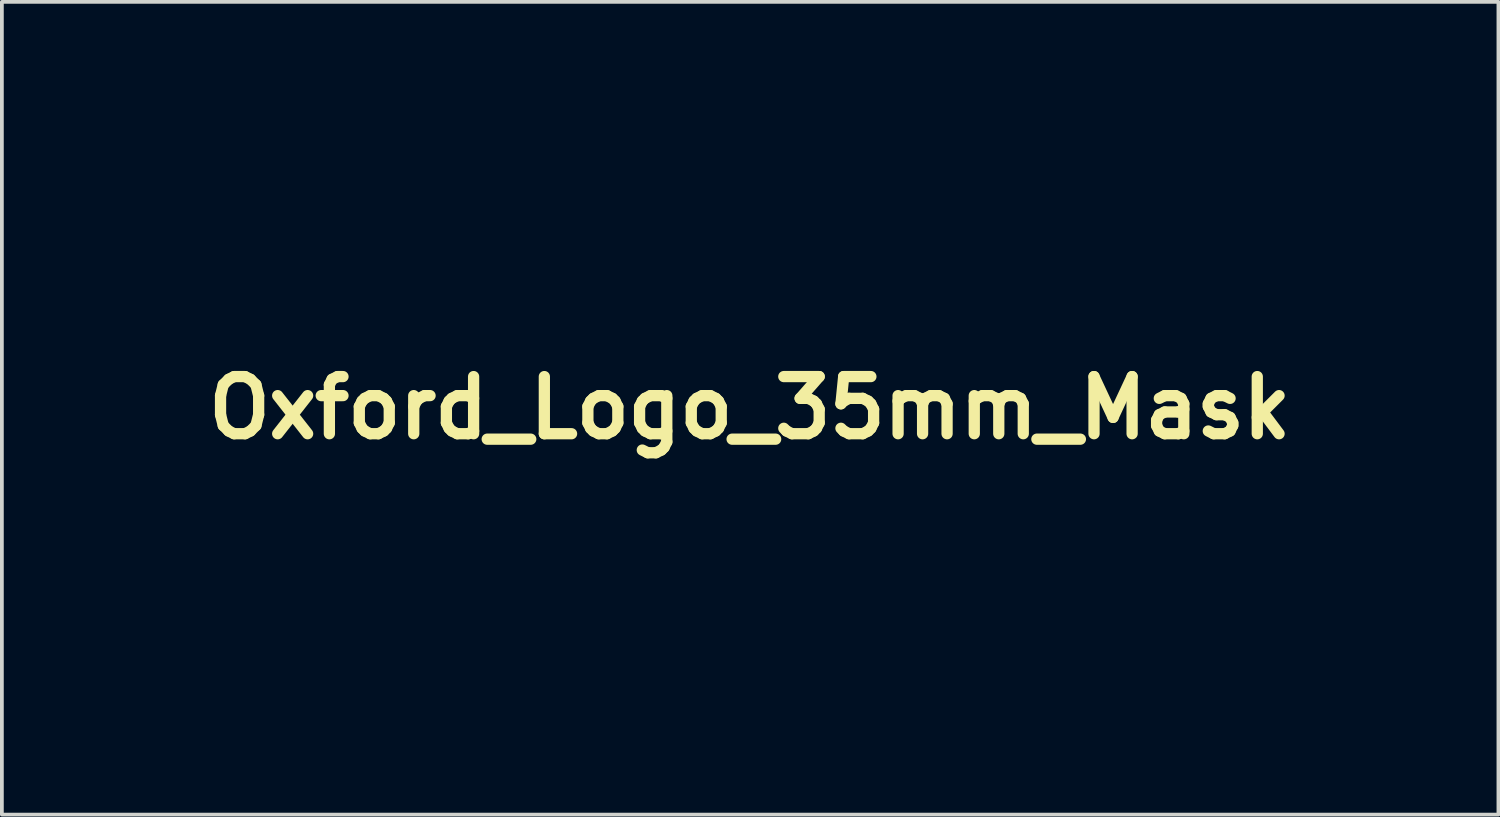
<source format=kicad_pcb>
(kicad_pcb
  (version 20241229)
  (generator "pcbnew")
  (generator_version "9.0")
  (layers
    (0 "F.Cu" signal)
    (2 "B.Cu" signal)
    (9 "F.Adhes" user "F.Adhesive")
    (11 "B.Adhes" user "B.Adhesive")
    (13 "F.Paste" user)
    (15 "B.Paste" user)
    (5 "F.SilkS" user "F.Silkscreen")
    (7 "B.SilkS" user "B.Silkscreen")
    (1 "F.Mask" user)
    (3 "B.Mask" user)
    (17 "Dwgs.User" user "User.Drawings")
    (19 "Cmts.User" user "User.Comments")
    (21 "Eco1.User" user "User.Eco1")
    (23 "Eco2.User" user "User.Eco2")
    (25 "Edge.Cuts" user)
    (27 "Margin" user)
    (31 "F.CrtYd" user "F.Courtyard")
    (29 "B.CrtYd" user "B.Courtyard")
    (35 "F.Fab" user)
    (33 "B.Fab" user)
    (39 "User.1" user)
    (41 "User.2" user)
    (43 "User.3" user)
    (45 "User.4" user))
  (footprint "Oxford_Logo_35mm_Mask"
    (layer "F.Cu")
    (at 16.947 7.828)
    (property "Reference" "Oxford_Logo_35mm_Mask" (at 0 0 0) (layer "F.SilkS") (effects (font (size 1.524 1.524) (thickness 0.3))))
    (attr through_hole)
    (fp_poly (pts (xy 16.961 3.359) (xy 15.065 3.362) (xy 13.17 3.366) (xy 13.173 -2.226) (xy 13.176 -7.817) (xy 16.961 -7.817) (xy 16.961 3.359)) (stroke (width 0.01) (type solid)) (fill yes) (layer "F.Mask"))
    (fp_poly (pts (xy 5.759 5.5) (xy 5.786 5.507) (xy 5.807 5.522) (xy 5.822 5.538) (xy 5.85 5.589) (xy 5.857 5.646) (xy 5.843 5.701) (xy 5.816 5.739) (xy 5.785 5.765) (xy 5.753 5.776) (xy 5.717 5.779) (xy 5.673 5.774) (xy 5.637 5.763) (xy 5.629 5.759) (xy 5.587 5.716) (xy 5.567 5.664) (xy 5.568 5.609) (xy 5.592 5.556) (xy 5.602 5.544) (xy 5.627 5.518) (xy 5.649 5.505) (xy 5.68 5.5) (xy 5.715 5.499) (xy 5.759 5.5)) (stroke (width 0.01) (type solid)) (fill yes) (layer "F.Mask"))
    (fp_poly (pts (xy -5.126 0.185) (xy -5.059 0.203) (xy -5.003 0.23) (xy -4.972 0.254) (xy -4.949 0.283) (xy -4.937 0.316) (xy -4.93 0.364) (xy -4.93 0.367) (xy -4.931 0.435) (xy -4.947 0.489) (xy -4.98 0.531) (xy -5.033 0.563) (xy -5.108 0.589) (xy -5.134 0.595) (xy -5.174 0.605) (xy -5.203 0.61) (xy -5.223 0.608) (xy -5.235 0.595) (xy -5.242 0.569) (xy -5.245 0.526) (xy -5.245 0.464) (xy -5.245 0.394) (xy -5.245 0.178) (xy -5.193 0.178) (xy -5.126 0.185)) (stroke (width 0.01) (type solid)) (fill yes) (layer "F.Mask"))
    (fp_poly (pts (xy -5.8 5.506) (xy -5.757 5.528) (xy -5.73 5.567) (xy -5.718 5.622) (xy -5.716 5.662) (xy -5.723 5.691) (xy -5.741 5.718) (xy -5.753 5.732) (xy -5.781 5.761) (xy -5.808 5.775) (xy -5.844 5.778) (xy -5.856 5.779) (xy -5.9 5.775) (xy -5.934 5.761) (xy -5.962 5.739) (xy -5.99 5.711) (xy -6.004 5.684) (xy -6.007 5.647) (xy -6.007 5.639) (xy -6.004 5.595) (xy -5.99 5.563) (xy -5.97 5.539) (xy -5.945 5.515) (xy -5.92 5.503) (xy -5.885 5.499) (xy -5.863 5.499) (xy -5.8 5.506)) (stroke (width 0.01) (type solid)) (fill yes) (layer "F.Mask"))
    (fp_poly (pts (xy 11.626 5.399) (xy 11.725 5.438) (xy 11.803 5.488) (xy 11.864 5.553) (xy 11.909 5.635) (xy 11.943 5.735) (xy 11.953 5.777) (xy 11.956 5.809) (xy 11.952 5.841) (xy 11.94 5.885) (xy 11.937 5.895) (xy 11.896 5.996) (xy 11.838 6.08) (xy 11.766 6.143) (xy 11.681 6.186) (xy 11.584 6.207) (xy 11.535 6.209) (xy 11.485 6.207) (xy 11.442 6.203) (xy 11.417 6.198) (xy 11.325 6.157) (xy 11.247 6.096) (xy 11.184 6.017) (xy 11.14 5.921) (xy 11.126 5.87) (xy 11.118 5.829) (xy 11.118 5.818) (xy 11.168 5.818) (xy 11.184 5.908) (xy 11.221 5.99) (xy 11.275 6.063) (xy 11.346 6.12) (xy 11.43 6.159) (xy 11.449 6.164) (xy 11.489 6.169) (xy 11.543 6.167) (xy 11.601 6.16) (xy 11.653 6.15) (xy 11.684 6.139) (xy 11.762 6.092) (xy 11.821 6.034) (xy 11.866 5.96) (xy 11.895 5.884) (xy 11.907 5.839) (xy 11.91 5.804) (xy 11.904 5.766) (xy 11.9 5.749) (xy 11.865 5.648) (xy 11.816 5.567) (xy 11.751 5.505) (xy 11.669 5.46) (xy 11.629 5.446) (xy 11.582 5.433) (xy 11.548 5.427) (xy 11.517 5.428) (xy 11.477 5.436) (xy 11.46 5.44) (xy 11.365 5.475) (xy 11.287 5.528) (xy 11.227 5.597) (xy 11.187 5.682) (xy 11.175 5.724) (xy 11.168 5.818) (xy 11.118 5.818) (xy 11.117 5.793) (xy 11.123 5.751) (xy 11.132 5.714) (xy 11.166 5.616) (xy 11.219 5.535) (xy 11.289 5.47) (xy 11.38 5.421) (xy 11.444 5.398) (xy 11.536 5.37) (xy 11.626 5.399)) (stroke (width 0.01) (type solid)) (fill yes) (layer "F.Mask"))
    (fp_poly (pts (xy 0.639 6.026) (xy 0.735 6.049) (xy 0.816 6.094) (xy 0.883 6.159) (xy 0.934 6.241) (xy 0.954 6.285) (xy 0.967 6.32) (xy 0.974 6.355) (xy 0.977 6.397) (xy 0.978 6.456) (xy 0.978 6.465) (xy 0.977 6.532) (xy 0.973 6.585) (xy 0.964 6.633) (xy 0.949 6.684) (xy 0.925 6.748) (xy 0.918 6.766) (xy 0.883 6.842) (xy 0.841 6.912) (xy 0.788 6.981) (xy 0.718 7.057) (xy 0.712 7.063) (xy 0.636 7.132) (xy 0.559 7.187) (xy 0.471 7.233) (xy 0.419 7.255) (xy 0.374 7.267) (xy 0.311 7.277) (xy 0.242 7.283) (xy 0.173 7.285) (xy 0.115 7.283) (xy 0.089 7.279) (xy 0.006 7.248) (xy -0.073 7.199) (xy -0.139 7.135) (xy -0.188 7.062) (xy -0.194 7.05) (xy -0.214 6.982) (xy -0.224 6.901) (xy 0.017 6.901) (xy 0.017 6.976) (xy 0.036 7.049) (xy 0.072 7.112) (xy 0.089 7.132) (xy 0.148 7.174) (xy 0.211 7.193) (xy 0.282 7.187) (xy 0.343 7.166) (xy 0.401 7.129) (xy 0.461 7.07) (xy 0.521 6.992) (xy 0.578 6.899) (xy 0.601 6.856) (xy 0.643 6.765) (xy 0.675 6.689) (xy 0.698 6.618) (xy 0.715 6.546) (xy 0.727 6.471) (xy 0.734 6.37) (xy 0.726 6.288) (xy 0.702 6.222) (xy 0.661 6.17) (xy 0.616 6.137) (xy 0.553 6.114) (xy 0.487 6.115) (xy 0.419 6.139) (xy 0.35 6.186) (xy 0.283 6.253) (xy 0.217 6.341) (xy 0.155 6.448) (xy 0.147 6.462) (xy 0.101 6.563) (xy 0.066 6.662) (xy 0.04 6.768) (xy 0.018 6.889) (xy 0.017 6.901) (xy -0.224 6.901) (xy -0.225 6.898) (xy -0.225 6.807) (xy -0.216 6.715) (xy -0.197 6.631) (xy -0.183 6.591) (xy -0.113 6.453) (xy -0.029 6.331) (xy 0.068 6.227) (xy 0.177 6.143) (xy 0.294 6.08) (xy 0.42 6.039) (xy 0.529 6.023) (xy 0.639 6.026)) (stroke (width 0.01) (type solid)) (fill yes) (layer "F.Mask"))
    (fp_poly (pts (xy 4.859 6.029) (xy 4.941 6.055) (xy 5.007 6.098) (xy 5.02 6.111) (xy 5.047 6.141) (xy 5.061 6.167) (xy 5.066 6.199) (xy 5.067 6.237) (xy 5.064 6.296) (xy 5.052 6.34) (xy 5.027 6.38) (xy 5.006 6.404) (xy 4.966 6.432) (xy 4.918 6.441) (xy 4.871 6.431) (xy 4.841 6.41) (xy 4.817 6.367) (xy 4.812 6.316) (xy 4.827 6.266) (xy 4.851 6.234) (xy 4.882 6.196) (xy 4.888 6.166) (xy 4.87 6.141) (xy 4.842 6.125) (xy 4.782 6.114) (xy 4.709 6.122) (xy 4.622 6.152) (xy 4.602 6.16) (xy 4.54 6.198) (xy 4.475 6.255) (xy 4.41 6.326) (xy 4.35 6.405) (xy 4.299 6.488) (xy 4.262 6.569) (xy 4.252 6.595) (xy 4.223 6.705) (xy 4.207 6.798) (xy 4.204 6.842) (xy 4.21 6.9) (xy 4.226 6.963) (xy 4.248 7.02) (xy 4.275 7.062) (xy 4.276 7.064) (xy 4.31 7.09) (xy 4.359 7.116) (xy 4.415 7.136) (xy 4.446 7.144) (xy 4.51 7.145) (xy 4.584 7.127) (xy 4.663 7.094) (xy 4.742 7.046) (xy 4.815 6.988) (xy 4.865 6.947) (xy 4.905 6.926) (xy 4.934 6.925) (xy 4.95 6.946) (xy 4.951 6.952) (xy 4.944 6.977) (xy 4.919 7.013) (xy 4.88 7.054) (xy 4.83 7.099) (xy 4.772 7.145) (xy 4.712 7.187) (xy 4.652 7.224) (xy 4.596 7.251) (xy 4.582 7.257) (xy 4.535 7.269) (xy 4.471 7.278) (xy 4.4 7.284) (xy 4.332 7.285) (xy 4.275 7.282) (xy 4.255 7.279) (xy 4.158 7.245) (xy 4.076 7.192) (xy 4.073 7.189) (xy 4.019 7.125) (xy 3.982 7.045) (xy 3.961 6.952) (xy 3.957 6.849) (xy 3.971 6.739) (xy 4.002 6.626) (xy 4.013 6.597) (xy 4.072 6.475) (xy 4.148 6.363) (xy 4.238 6.263) (xy 4.339 6.177) (xy 4.448 6.108) (xy 4.561 6.057) (xy 4.676 6.027) (xy 4.763 6.02) (xy 4.859 6.029)) (stroke (width 0.01) (type solid)) (fill yes) (layer "F.Mask"))
    (fp_poly (pts (xy 11.452 5.538) (xy 11.508 5.54) (xy 11.56 5.544) (xy 11.601 5.549) (xy 11.62 5.554) (xy 11.656 5.575) (xy 11.69 5.609) (xy 11.714 5.647) (xy 11.722 5.677) (xy 11.713 5.707) (xy 11.692 5.743) (xy 11.664 5.776) (xy 11.637 5.797) (xy 11.636 5.797) (xy 11.614 5.811) (xy 11.608 5.821) (xy 11.615 5.839) (xy 11.635 5.87) (xy 11.662 5.908) (xy 11.692 5.947) (xy 11.72 5.981) (xy 11.742 6.003) (xy 11.748 6.007) (xy 11.772 6.026) (xy 11.772 6.043) (xy 11.751 6.054) (xy 11.71 6.058) (xy 11.648 6.058) (xy 11.564 5.944) (xy 11.529 5.898) (xy 11.499 5.861) (xy 11.477 5.837) (xy 11.468 5.829) (xy 11.461 5.841) (xy 11.457 5.871) (xy 11.455 5.912) (xy 11.456 5.956) (xy 11.46 5.983) (xy 11.47 5.999) (xy 11.489 6.011) (xy 11.494 6.014) (xy 11.518 6.03) (xy 11.526 6.044) (xy 11.525 6.046) (xy 11.509 6.052) (xy 11.476 6.056) (xy 11.431 6.057) (xy 11.384 6.057) (xy 11.341 6.055) (xy 11.309 6.051) (xy 11.297 6.046) (xy 11.3 6.031) (xy 11.315 6.017) (xy 11.325 6.009) (xy 11.332 5.998) (xy 11.337 5.979) (xy 11.339 5.948) (xy 11.341 5.901) (xy 11.341 5.834) (xy 11.341 5.803) (xy 11.341 5.727) (xy 11.34 5.689) (xy 11.455 5.689) (xy 11.456 5.736) (xy 11.459 5.763) (xy 11.466 5.775) (xy 11.479 5.778) (xy 11.481 5.779) (xy 11.511 5.773) (xy 11.545 5.759) (xy 11.578 5.73) (xy 11.592 5.693) (xy 11.587 5.653) (xy 11.564 5.619) (xy 11.528 5.597) (xy 11.494 5.589) (xy 11.472 5.595) (xy 11.46 5.617) (xy 11.456 5.659) (xy 11.455 5.689) (xy 11.34 5.689) (xy 11.34 5.672) (xy 11.337 5.635) (xy 11.333 5.611) (xy 11.327 5.595) (xy 11.318 5.584) (xy 11.316 5.582) (xy 11.3 5.562) (xy 11.298 5.548) (xy 11.313 5.543) (xy 11.348 5.54) (xy 11.396 5.538) (xy 11.452 5.538)) (stroke (width 0.01) (type solid)) (fill yes) (layer "F.Mask"))
    (fp_poly (pts (xy 9.353 6.022) (xy 9.45 6.035) (xy 9.527 6.063) (xy 9.585 6.103) (xy 9.623 6.157) (xy 9.639 6.223) (xy 9.639 6.238) (xy 9.631 6.31) (xy 9.604 6.37) (xy 9.577 6.404) (xy 9.548 6.429) (xy 9.513 6.438) (xy 9.492 6.439) (xy 9.437 6.431) (xy 9.402 6.408) (xy 9.384 6.367) (xy 9.381 6.333) (xy 9.385 6.29) (xy 9.398 6.258) (xy 9.421 6.232) (xy 9.452 6.194) (xy 9.459 6.165) (xy 9.444 6.142) (xy 9.415 6.126) (xy 9.354 6.113) (xy 9.283 6.12) (xy 9.207 6.145) (xy 9.13 6.185) (xy 9.056 6.238) (xy 8.99 6.303) (xy 8.963 6.336) (xy 8.923 6.395) (xy 8.88 6.468) (xy 8.841 6.545) (xy 8.812 6.61) (xy 8.805 6.63) (xy 8.798 6.662) (xy 8.788 6.71) (xy 8.776 6.778) (xy 8.767 6.827) (xy 8.768 6.884) (xy 8.785 6.949) (xy 8.814 7.012) (xy 8.853 7.064) (xy 8.857 7.068) (xy 8.923 7.115) (xy 8.999 7.141) (xy 9.079 7.144) (xy 9.117 7.137) (xy 9.23 7.095) (xy 9.337 7.029) (xy 9.384 6.989) (xy 9.434 6.948) (xy 9.471 6.928) (xy 9.495 6.928) (xy 9.508 6.948) (xy 9.51 6.958) (xy 9.503 6.988) (xy 9.477 7.025) (xy 9.436 7.069) (xy 9.384 7.115) (xy 9.324 7.159) (xy 9.261 7.2) (xy 9.198 7.234) (xy 9.155 7.253) (xy 9.099 7.267) (xy 9.027 7.278) (xy 8.95 7.284) (xy 8.877 7.284) (xy 8.82 7.279) (xy 8.737 7.251) (xy 8.66 7.202) (xy 8.623 7.167) (xy 8.587 7.124) (xy 8.563 7.087) (xy 8.547 7.045) (xy 8.535 6.989) (xy 8.532 6.973) (xy 8.524 6.853) (xy 8.539 6.73) (xy 8.576 6.607) (xy 8.633 6.486) (xy 8.71 6.371) (xy 8.803 6.266) (xy 8.882 6.195) (xy 8.955 6.14) (xy 9.032 6.098) (xy 9.119 6.062) (xy 9.132 6.058) (xy 9.192 6.038) (xy 9.238 6.026) (xy 9.28 6.021) (xy 9.326 6.021) (xy 9.353 6.022)) (stroke (width 0.01) (type solid)) (fill yes) (layer "F.Mask"))
    (fp_poly (pts (xy 5.721 6.025) (xy 5.73 6.03) (xy 5.73 6.03) (xy 5.735 6.037) (xy 5.736 6.048) (xy 5.735 6.065) (xy 5.731 6.092) (xy 5.723 6.129) (xy 5.71 6.179) (xy 5.693 6.245) (xy 5.67 6.329) (xy 5.641 6.432) (xy 5.605 6.557) (xy 5.601 6.572) (xy 5.564 6.7) (xy 5.534 6.805) (xy 5.511 6.89) (xy 5.492 6.957) (xy 5.479 7.008) (xy 5.47 7.045) (xy 5.465 7.071) (xy 5.464 7.087) (xy 5.466 7.096) (xy 5.471 7.099) (xy 5.478 7.1) (xy 5.487 7.099) (xy 5.488 7.099) (xy 5.515 7.089) (xy 5.557 7.058) (xy 5.604 7.014) (xy 5.645 6.974) (xy 5.674 6.95) (xy 5.693 6.939) (xy 5.707 6.94) (xy 5.712 6.942) (xy 5.731 6.958) (xy 5.737 6.978) (xy 5.728 7.004) (xy 5.704 7.039) (xy 5.662 7.086) (xy 5.63 7.12) (xy 5.583 7.167) (xy 5.538 7.208) (xy 5.501 7.24) (xy 5.475 7.257) (xy 5.432 7.273) (xy 5.378 7.283) (xy 5.325 7.286) (xy 5.283 7.281) (xy 5.274 7.278) (xy 5.245 7.254) (xy 5.221 7.215) (xy 5.208 7.171) (xy 5.207 7.157) (xy 5.21 7.129) (xy 5.22 7.086) (xy 5.233 7.036) (xy 5.234 7.032) (xy 5.248 6.98) (xy 5.262 6.932) (xy 5.271 6.896) (xy 5.271 6.896) (xy 5.288 6.828) (xy 5.304 6.769) (xy 5.317 6.726) (xy 5.322 6.712) (xy 5.33 6.687) (xy 5.342 6.646) (xy 5.353 6.604) (xy 5.366 6.556) (xy 5.378 6.514) (xy 5.385 6.49) (xy 5.393 6.461) (xy 5.405 6.418) (xy 5.417 6.375) (xy 5.43 6.327) (xy 5.443 6.283) (xy 5.451 6.258) (xy 5.456 6.22) (xy 5.44 6.194) (xy 5.401 6.177) (xy 5.342 6.17) (xy 5.299 6.167) (xy 5.276 6.162) (xy 5.266 6.152) (xy 5.264 6.135) (xy 5.264 6.134) (xy 5.266 6.117) (xy 5.275 6.105) (xy 5.296 6.094) (xy 5.333 6.085) (xy 5.389 6.073) (xy 5.397 6.072) (xy 5.497 6.054) (xy 5.575 6.04) (xy 5.633 6.031) (xy 5.675 6.025) (xy 5.703 6.024) (xy 5.721 6.025)) (stroke (width 0.01) (type solid)) (fill yes) (layer "F.Mask"))
    (fp_poly (pts (xy 7.928 -5.583) (xy 8.037 -5.582) (xy 8.145 -5.579) (xy 8.245 -5.577) (xy 8.335 -5.573) (xy 8.411 -5.57) (xy 8.468 -5.566) (xy 8.49 -5.565) (xy 8.575 -5.555) (xy 8.654 -5.544) (xy 8.724 -5.534) (xy 8.779 -5.524) (xy 8.818 -5.515) (xy 8.834 -5.509) (xy 8.853 -5.501) (xy 8.87 -5.499) (xy 8.9 -5.494) (xy 8.949 -5.481) (xy 9.011 -5.461) (xy 9.081 -5.437) (xy 9.154 -5.409) (xy 9.225 -5.38) (xy 9.289 -5.353) (xy 9.342 -5.327) (xy 9.346 -5.325) (xy 9.413 -5.287) (xy 9.497 -5.234) (xy 9.598 -5.167) (xy 9.683 -5.11) (xy 9.715 -5.084) (xy 9.76 -5.043) (xy 9.814 -4.991) (xy 9.872 -4.933) (xy 9.93 -4.872) (xy 9.984 -4.813) (xy 10.03 -4.761) (xy 10.063 -4.719) (xy 10.118 -4.645) (xy 10.161 -4.584) (xy 10.196 -4.531) (xy 10.226 -4.48) (xy 10.256 -4.424) (xy 10.289 -4.357) (xy 10.307 -4.318) (xy 10.337 -4.254) (xy 10.359 -4.208) (xy 10.374 -4.174) (xy 10.385 -4.147) (xy 10.394 -4.121) (xy 10.404 -4.09) (xy 10.408 -4.077) (xy 10.422 -4.033) (xy 10.434 -3.997) (xy 10.44 -3.981) (xy 10.451 -3.944) (xy 10.464 -3.885) (xy 10.479 -3.812) (xy 10.493 -3.728) (xy 10.506 -3.639) (xy 10.517 -3.556) (xy 10.523 -3.477) (xy 10.525 -3.384) (xy 10.524 -3.283) (xy 10.519 -3.185) (xy 10.511 -3.097) (xy 10.503 -3.042) (xy 10.469 -2.875) (xy 10.434 -2.733) (xy 10.398 -2.615) (xy 10.376 -2.559) (xy 10.359 -2.522) (xy 10.335 -2.471) (xy 10.307 -2.412) (xy 10.278 -2.352) (xy 10.251 -2.298) (xy 10.229 -2.257) (xy 10.221 -2.242) (xy 10.151 -2.131) (xy 10.065 -2.014) (xy 9.968 -1.897) (xy 9.865 -1.787) (xy 9.862 -1.783) (xy 9.703 -1.637) (xy 9.535 -1.512) (xy 9.357 -1.406) (xy 9.167 -1.319) (xy 8.962 -1.249) (xy 8.74 -1.196) (xy 8.56 -1.166) (xy 8.525 -1.163) (xy 8.469 -1.159) (xy 8.394 -1.156) (xy 8.305 -1.154) (xy 8.204 -1.151) (xy 8.095 -1.149) (xy 7.982 -1.147) (xy 7.979 -1.147) (xy 7.493 -1.142) (xy 7.493 -5.589) (xy 7.928 -5.583)) (stroke (width 0.01) (type solid)) (fill yes) (layer "F.Mask"))
    (fp_poly (pts (xy -5.843 6.028) (xy -5.831 6.041) (xy -5.832 6.064) (xy -5.839 6.087) (xy -5.85 6.124) (xy -5.855 6.154) (xy -5.855 6.155) (xy -5.859 6.181) (xy -5.864 6.19) (xy -5.873 6.207) (xy -5.884 6.24) (xy -5.889 6.259) (xy -5.901 6.306) (xy -5.913 6.351) (xy -5.917 6.363) (xy -5.928 6.401) (xy -5.941 6.45) (xy -5.949 6.477) (xy -5.961 6.521) (xy -5.977 6.58) (xy -5.994 6.643) (xy -6.001 6.668) (xy -6.017 6.724) (xy -6.031 6.775) (xy -6.042 6.814) (xy -6.045 6.826) (xy -6.054 6.859) (xy -6.067 6.905) (xy -6.077 6.941) (xy -6.09 6.989) (xy -6.101 7.034) (xy -6.105 7.058) (xy -6.107 7.086) (xy -6.099 7.097) (xy -6.079 7.099) (xy -6.056 7.092) (xy -6.025 7.07) (xy -5.985 7.031) (xy -5.971 7.016) (xy -5.924 6.968) (xy -5.888 6.942) (xy -5.864 6.938) (xy -5.849 6.954) (xy -5.844 6.976) (xy -5.845 6.995) (xy -5.855 7.016) (xy -5.875 7.044) (xy -5.909 7.082) (xy -5.94 7.114) (xy -5.985 7.159) (xy -6.03 7.201) (xy -6.068 7.233) (xy -6.088 7.248) (xy -6.135 7.27) (xy -6.192 7.283) (xy -6.248 7.286) (xy -6.293 7.279) (xy -6.295 7.278) (xy -6.327 7.259) (xy -6.348 7.231) (xy -6.358 7.192) (xy -6.359 7.14) (xy -6.349 7.072) (xy -6.329 6.985) (xy -6.299 6.878) (xy -6.299 6.877) (xy -6.289 6.843) (xy -6.277 6.797) (xy -6.269 6.769) (xy -6.259 6.732) (xy -6.244 6.677) (xy -6.225 6.61) (xy -6.204 6.537) (xy -6.193 6.5) (xy -6.165 6.402) (xy -6.144 6.326) (xy -6.131 6.269) (xy -6.126 6.228) (xy -6.129 6.201) (xy -6.141 6.184) (xy -6.161 6.176) (xy -6.19 6.173) (xy -6.225 6.172) (xy -6.27 6.17) (xy -6.296 6.164) (xy -6.308 6.152) (xy -6.308 6.151) (xy -6.308 6.121) (xy -6.286 6.098) (xy -6.242 6.082) (xy -6.234 6.081) (xy -6.192 6.074) (xy -6.154 6.068) (xy -6.147 6.066) (xy -6.121 6.061) (xy -6.077 6.054) (xy -6.023 6.044) (xy -5.985 6.038) (xy -5.916 6.027) (xy -5.87 6.024) (xy -5.843 6.028)) (stroke (width 0.01) (type solid)) (fill yes) (layer "F.Mask"))
    (fp_poly (pts (xy -1.423 6.023) (xy -1.373 6.031) (xy -1.321 6.043) (xy -1.276 6.056) (xy -1.245 6.068) (xy -1.239 6.072) (xy -1.209 6.083) (xy -1.17 6.073) (xy -1.134 6.051) (xy -1.099 6.028) (xy -1.074 6.02) (xy -1.058 6.03) (xy -1.051 6.059) (xy -1.052 6.108) (xy -1.061 6.179) (xy -1.073 6.248) (xy -1.091 6.335) (xy -1.108 6.397) (xy -1.126 6.435) (xy -1.144 6.451) (xy -1.149 6.452) (xy -1.168 6.44) (xy -1.187 6.413) (xy -1.202 6.377) (xy -1.206 6.344) (xy -1.216 6.296) (xy -1.24 6.242) (xy -1.273 6.191) (xy -1.3 6.163) (xy -1.355 6.129) (xy -1.415 6.115) (xy -1.474 6.12) (xy -1.527 6.143) (xy -1.568 6.183) (xy -1.58 6.204) (xy -1.591 6.233) (xy -1.595 6.261) (xy -1.59 6.292) (xy -1.575 6.327) (xy -1.548 6.37) (xy -1.508 6.424) (xy -1.454 6.49) (xy -1.383 6.571) (xy -1.38 6.574) (xy -1.312 6.66) (xy -1.264 6.737) (xy -1.234 6.812) (xy -1.22 6.886) (xy -1.219 6.919) (xy -1.222 6.971) (xy -1.229 7.019) (xy -1.237 7.05) (xy -1.279 7.12) (xy -1.341 7.183) (xy -1.419 7.235) (xy -1.432 7.242) (xy -1.473 7.261) (xy -1.506 7.273) (xy -1.54 7.28) (xy -1.583 7.282) (xy -1.642 7.283) (xy -1.647 7.283) (xy -1.705 7.281) (xy -1.756 7.277) (xy -1.793 7.272) (xy -1.806 7.268) (xy -1.878 7.241) (xy -1.938 7.235) (xy -1.984 7.251) (xy -2.001 7.266) (xy -2.029 7.285) (xy -2.058 7.289) (xy -2.077 7.276) (xy -2.08 7.255) (xy -2.075 7.223) (xy -2.073 7.215) (xy -2.062 7.173) (xy -2.05 7.119) (xy -2.038 7.061) (xy -2.028 7.006) (xy -2.022 6.962) (xy -2.019 6.936) (xy -2.013 6.901) (xy -1.998 6.867) (xy -1.978 6.843) (xy -1.959 6.835) (xy -1.943 6.846) (xy -1.929 6.875) (xy -1.915 6.924) (xy -1.904 6.977) (xy -1.879 7.057) (xy -1.835 7.119) (xy -1.774 7.164) (xy -1.699 7.188) (xy -1.652 7.192) (xy -1.577 7.184) (xy -1.515 7.155) (xy -1.466 7.103) (xy -1.464 7.1) (xy -1.443 7.059) (xy -1.437 7.015) (xy -1.446 6.965) (xy -1.472 6.907) (xy -1.514 6.838) (xy -1.574 6.757) (xy -1.617 6.704) (xy -1.686 6.617) (xy -1.736 6.542) (xy -1.771 6.477) (xy -1.792 6.416) (xy -1.8 6.371) (xy -1.799 6.287) (xy -1.776 6.214) (xy -1.73 6.146) (xy -1.719 6.133) (xy -1.648 6.075) (xy -1.566 6.036) (xy -1.479 6.02) (xy -1.464 6.02) (xy -1.423 6.023)) (stroke (width 0.01) (type solid)) (fill yes) (layer "F.Mask"))
    (fp_poly (pts (xy -0.028 -5.069) (xy 0.104 -5.053) (xy 0.227 -5.028) (xy 0.333 -4.997) (xy 0.362 -4.985) (xy 0.401 -4.969) (xy 0.444 -4.953) (xy 0.445 -4.952) (xy 0.494 -4.931) (xy 0.557 -4.9) (xy 0.627 -4.862) (xy 0.696 -4.823) (xy 0.756 -4.787) (xy 0.779 -4.772) (xy 0.825 -4.736) (xy 0.883 -4.687) (xy 0.947 -4.627) (xy 1.013 -4.562) (xy 1.077 -4.496) (xy 1.133 -4.434) (xy 1.178 -4.381) (xy 1.201 -4.349) (xy 1.306 -4.171) (xy 1.387 -3.997) (xy 1.446 -3.823) (xy 1.484 -3.645) (xy 1.501 -3.46) (xy 1.502 -3.378) (xy 1.489 -3.17) (xy 1.452 -2.969) (xy 1.391 -2.777) (xy 1.306 -2.594) (xy 1.199 -2.421) (xy 1.068 -2.259) (xy 1.029 -2.217) (xy 0.907 -2.1) (xy 0.785 -2.003) (xy 0.658 -1.921) (xy 0.578 -1.88) (xy 0.475 -1.831) (xy 0.387 -1.793) (xy 0.309 -1.763) (xy 0.232 -1.74) (xy 0.152 -1.721) (xy 0.108 -1.713) (xy 0.069 -1.708) (xy 0.013 -1.703) (xy -0.054 -1.699) (xy -0.129 -1.696) (xy -0.206 -1.694) (xy -0.28 -1.693) (xy -0.347 -1.694) (xy -0.401 -1.695) (xy -0.438 -1.698) (xy -0.451 -1.7) (xy -0.477 -1.708) (xy -0.518 -1.716) (xy -0.551 -1.72) (xy -0.595 -1.727) (xy -0.631 -1.734) (xy -0.647 -1.74) (xy -0.669 -1.749) (xy -0.707 -1.762) (xy -0.737 -1.771) (xy -0.916 -1.84) (xy -1.089 -1.931) (xy -1.251 -2.042) (xy -1.401 -2.171) (xy -1.534 -2.314) (xy -1.647 -2.47) (xy -1.648 -2.471) (xy -1.669 -2.507) (xy -1.697 -2.558) (xy -1.727 -2.616) (xy -1.755 -2.672) (xy -1.777 -2.719) (xy -1.782 -2.731) (xy -1.801 -2.775) (xy -1.819 -2.816) (xy -1.824 -2.828) (xy -1.836 -2.861) (xy -1.841 -2.887) (xy -1.841 -2.888) (xy -1.847 -2.917) (xy -1.853 -2.931) (xy -1.865 -2.962) (xy -1.877 -3.014) (xy -1.889 -3.079) (xy -1.9 -3.152) (xy -1.909 -3.229) (xy -1.916 -3.302) (xy -1.919 -3.366) (xy -1.919 -3.385) (xy -1.917 -3.446) (xy -1.911 -3.52) (xy -1.902 -3.599) (xy -1.891 -3.677) (xy -1.878 -3.748) (xy -1.865 -3.805) (xy -1.854 -3.842) (xy -1.844 -3.868) (xy -1.831 -3.908) (xy -1.822 -3.937) (xy -1.786 -4.035) (xy -1.732 -4.147) (xy -1.664 -4.268) (xy -1.587 -4.387) (xy -1.571 -4.409) (xy -1.542 -4.443) (xy -1.505 -4.485) (xy -1.478 -4.516) (xy -1.329 -4.661) (xy -1.166 -4.787) (xy -0.991 -4.891) (xy -0.804 -4.974) (xy -0.609 -5.034) (xy -0.425 -5.067) (xy -0.299 -5.077) (xy -0.165 -5.078) (xy -0.028 -5.069)) (stroke (width 0.01) (type solid)) (fill yes) (layer "F.Mask"))
    (fp_poly (pts (xy 6.827 6.025) (xy 6.907 6.042) (xy 6.973 6.073) (xy 7.012 6.106) (xy 7.031 6.13) (xy 7.043 6.15) (xy 7.048 6.176) (xy 7.048 6.214) (xy 7.047 6.253) (xy 7.043 6.308) (xy 7.037 6.345) (xy 7.026 6.375) (xy 7.007 6.405) (xy 7 6.415) (xy 6.965 6.456) (xy 6.921 6.499) (xy 6.896 6.52) (xy 6.847 6.554) (xy 6.787 6.589) (xy 6.724 6.621) (xy 6.667 6.647) (xy 6.623 6.662) (xy 6.592 6.671) (xy 6.572 6.68) (xy 6.551 6.689) (xy 6.51 6.701) (xy 6.458 6.714) (xy 6.4 6.726) (xy 6.369 6.732) (xy 6.319 6.741) (xy 6.269 6.75) (xy 6.255 6.753) (xy 6.204 6.763) (xy 6.2 6.835) (xy 6.206 6.911) (xy 6.233 6.977) (xy 6.283 7.039) (xy 6.289 7.044) (xy 6.351 7.092) (xy 6.418 7.118) (xy 6.491 7.124) (xy 6.572 7.11) (xy 6.663 7.074) (xy 6.764 7.016) (xy 6.817 6.982) (xy 6.871 6.947) (xy 6.91 6.93) (xy 6.934 6.93) (xy 6.945 6.947) (xy 6.947 6.965) (xy 6.941 6.986) (xy 6.923 7.01) (xy 6.888 7.043) (xy 6.855 7.07) (xy 6.76 7.142) (xy 6.677 7.197) (xy 6.6 7.236) (xy 6.524 7.262) (xy 6.444 7.278) (xy 6.382 7.283) (xy 6.327 7.284) (xy 6.276 7.283) (xy 6.239 7.279) (xy 6.236 7.278) (xy 6.185 7.264) (xy 6.145 7.245) (xy 6.108 7.217) (xy 6.065 7.175) (xy 6.056 7.166) (xy 6.006 7.104) (xy 5.972 7.043) (xy 5.952 6.977) (xy 5.946 6.899) (xy 5.948 6.821) (xy 5.953 6.761) (xy 5.961 6.703) (xy 5.971 6.658) (xy 5.972 6.655) (xy 6.226 6.655) (xy 6.278 6.647) (xy 6.322 6.639) (xy 6.374 6.627) (xy 6.401 6.62) (xy 6.508 6.58) (xy 6.608 6.527) (xy 6.696 6.463) (xy 6.767 6.393) (xy 6.811 6.329) (xy 6.826 6.285) (xy 6.832 6.232) (xy 6.829 6.183) (xy 6.825 6.166) (xy 6.806 6.144) (xy 6.773 6.124) (xy 6.736 6.111) (xy 6.719 6.109) (xy 6.677 6.116) (xy 6.623 6.134) (xy 6.567 6.159) (xy 6.518 6.189) (xy 6.518 6.189) (xy 6.46 6.239) (xy 6.401 6.307) (xy 6.344 6.385) (xy 6.295 6.467) (xy 6.257 6.546) (xy 6.236 6.609) (xy 6.226 6.655) (xy 5.972 6.655) (xy 5.975 6.645) (xy 6.033 6.516) (xy 6.112 6.394) (xy 6.207 6.282) (xy 6.315 6.185) (xy 6.43 6.108) (xy 6.455 6.094) (xy 6.548 6.056) (xy 6.643 6.031) (xy 6.738 6.021) (xy 6.827 6.025)) (stroke (width 0.01) (type solid)) (fill yes) (layer "F.Mask"))
    (fp_poly (pts (xy 10.637 6.025) (xy 10.702 6.039) (xy 10.767 6.065) (xy 10.813 6.099) (xy 10.845 6.147) (xy 10.853 6.166) (xy 10.864 6.198) (xy 10.868 6.224) (xy 10.866 6.253) (xy 10.855 6.295) (xy 10.852 6.308) (xy 10.838 6.354) (xy 10.82 6.39) (xy 10.794 6.425) (xy 10.754 6.468) (xy 10.752 6.471) (xy 10.68 6.533) (xy 10.591 6.591) (xy 10.497 6.639) (xy 10.42 6.667) (xy 10.376 6.68) (xy 10.325 6.695) (xy 10.306 6.701) (xy 10.253 6.715) (xy 10.196 6.728) (xy 10.179 6.731) (xy 10.115 6.743) (xy 10.071 6.752) (xy 10.042 6.76) (xy 10.025 6.768) (xy 10.015 6.776) (xy 10.011 6.781) (xy 9.997 6.814) (xy 9.999 6.861) (xy 10.016 6.923) (xy 10.02 6.933) (xy 10.049 6.998) (xy 10.087 7.044) (xy 10.14 7.08) (xy 10.17 7.095) (xy 10.243 7.118) (xy 10.316 7.124) (xy 10.381 7.112) (xy 10.385 7.111) (xy 10.45 7.082) (xy 10.517 7.048) (xy 10.578 7.012) (xy 10.624 6.98) (xy 10.631 6.975) (xy 10.672 6.946) (xy 10.71 6.931) (xy 10.739 6.932) (xy 10.754 6.949) (xy 10.754 6.951) (xy 10.748 6.977) (xy 10.722 7.011) (xy 10.681 7.052) (xy 10.629 7.095) (xy 10.568 7.14) (xy 10.503 7.182) (xy 10.437 7.219) (xy 10.374 7.248) (xy 10.351 7.257) (xy 10.306 7.268) (xy 10.246 7.277) (xy 10.18 7.283) (xy 10.116 7.285) (xy 10.063 7.283) (xy 10.039 7.279) (xy 9.968 7.252) (xy 9.9 7.209) (xy 9.842 7.155) (xy 9.8 7.097) (xy 9.795 7.087) (xy 9.761 6.997) (xy 9.745 6.914) (xy 9.745 6.828) (xy 9.761 6.73) (xy 9.761 6.727) (xy 9.789 6.638) (xy 10.033 6.638) (xy 10.044 6.648) (xy 10.077 6.649) (xy 10.129 6.639) (xy 10.2 6.62) (xy 10.243 6.607) (xy 10.333 6.571) (xy 10.416 6.526) (xy 10.488 6.475) (xy 10.548 6.42) (xy 10.595 6.363) (xy 10.628 6.306) (xy 10.643 6.252) (xy 10.641 6.202) (xy 10.62 6.16) (xy 10.577 6.127) (xy 10.577 6.127) (xy 10.524 6.113) (xy 10.462 6.12) (xy 10.395 6.146) (xy 10.325 6.19) (xy 10.256 6.249) (xy 10.191 6.322) (xy 10.144 6.388) (xy 10.118 6.432) (xy 10.092 6.484) (xy 10.067 6.538) (xy 10.047 6.586) (xy 10.035 6.624) (xy 10.033 6.638) (xy 9.789 6.638) (xy 9.804 6.59) (xy 9.871 6.461) (xy 9.961 6.338) (xy 10.076 6.222) (xy 10.093 6.207) (xy 10.194 6.133) (xy 10.303 6.076) (xy 10.416 6.038) (xy 10.528 6.021) (xy 10.637 6.025)) (stroke (width 0.01) (type solid)) (fill yes) (layer "F.Mask"))
    (fp_poly (pts (xy -11.531 6.022) (xy -11.447 6.04) (xy -11.376 6.074) (xy -11.339 6.105) (xy -11.316 6.13) (xy -11.303 6.153) (xy -11.298 6.183) (xy -11.297 6.228) (xy -11.297 6.233) (xy -11.301 6.297) (xy -11.315 6.347) (xy -11.326 6.372) (xy -11.359 6.426) (xy -11.399 6.476) (xy -11.439 6.515) (xy -11.461 6.531) (xy -11.56 6.584) (xy -11.644 6.626) (xy -11.719 6.658) (xy -11.79 6.683) (xy -11.863 6.704) (xy -11.887 6.709) (xy -11.942 6.722) (xy -11.997 6.735) (xy -12.03 6.742) (xy -12.071 6.751) (xy -12.106 6.756) (xy -12.116 6.756) (xy -12.137 6.767) (xy -12.15 6.797) (xy -12.154 6.839) (xy -12.149 6.888) (xy -12.136 6.939) (xy -12.115 6.987) (xy -12.107 7.001) (xy -12.06 7.051) (xy -11.997 7.092) (xy -11.928 7.117) (xy -11.874 7.124) (xy -11.793 7.113) (xy -11.702 7.081) (xy -11.602 7.028) (xy -11.516 6.971) (xy -11.474 6.943) (xy -11.441 6.928) (xy -11.424 6.926) (xy -11.406 6.942) (xy -11.41 6.968) (xy -11.435 7.005) (xy -11.482 7.054) (xy -11.489 7.06) (xy -11.531 7.098) (xy -11.563 7.125) (xy -11.593 7.147) (xy -11.628 7.167) (xy -11.674 7.191) (xy -11.717 7.212) (xy -11.762 7.234) (xy -11.801 7.254) (xy -11.826 7.266) (xy -11.827 7.267) (xy -11.85 7.272) (xy -11.892 7.277) (xy -11.945 7.281) (xy -12.001 7.284) (xy -12.055 7.285) (xy -12.098 7.284) (xy -12.118 7.282) (xy -12.176 7.261) (xy -12.237 7.222) (xy -12.294 7.171) (xy -12.343 7.113) (xy -12.377 7.053) (xy -12.39 7.012) (xy -12.398 6.973) (xy -12.41 6.94) (xy -12.41 6.939) (xy -12.419 6.899) (xy -12.417 6.841) (xy -12.406 6.771) (xy -12.386 6.692) (xy -12.373 6.655) (xy -12.126 6.655) (xy -12.073 6.647) (xy -12.028 6.639) (xy -11.976 6.626) (xy -11.957 6.621) (xy -11.827 6.574) (xy -11.718 6.517) (xy -11.631 6.451) (xy -11.567 6.376) (xy -11.557 6.358) (xy -11.526 6.288) (xy -11.518 6.227) (xy -11.53 6.177) (xy -11.56 6.14) (xy -11.605 6.119) (xy -11.664 6.116) (xy -11.734 6.134) (xy -11.763 6.146) (xy -11.842 6.196) (xy -11.918 6.266) (xy -11.988 6.352) (xy -12.048 6.449) (xy -12.095 6.552) (xy -12.114 6.609) (xy -12.126 6.655) (xy -12.373 6.655) (xy -12.358 6.611) (xy -12.325 6.532) (xy -12.323 6.529) (xy -12.294 6.472) (xy -12.266 6.425) (xy -12.232 6.38) (xy -12.188 6.33) (xy -12.147 6.288) (xy -12.078 6.22) (xy -12.017 6.168) (xy -11.96 6.129) (xy -11.939 6.117) (xy -11.833 6.069) (xy -11.728 6.037) (xy -11.626 6.022) (xy -11.531 6.022)) (stroke (width 0.01) (type solid)) (fill yes) (layer "F.Mask"))
    (fp_poly (pts (xy -6.536 6.033) (xy -6.532 6.039) (xy -6.531 6.064) (xy -6.535 6.11) (xy -6.545 6.175) (xy -6.56 6.255) (xy -6.565 6.28) (xy -6.576 6.33) (xy -6.586 6.379) (xy -6.588 6.394) (xy -6.604 6.432) (xy -6.627 6.449) (xy -6.652 6.448) (xy -6.672 6.428) (xy -6.68 6.39) (xy -6.68 6.388) (xy -6.684 6.355) (xy -6.694 6.312) (xy -6.701 6.289) (xy -6.732 6.222) (xy -6.776 6.17) (xy -6.827 6.134) (xy -6.883 6.115) (xy -6.938 6.114) (xy -6.991 6.131) (xy -7.035 6.166) (xy -7.068 6.219) (xy -7.077 6.246) (xy -7.078 6.269) (xy -7.07 6.297) (xy -7.055 6.329) (xy -7.033 6.366) (xy -6.999 6.414) (xy -6.957 6.466) (xy -6.925 6.502) (xy -6.847 6.592) (xy -6.788 6.67) (xy -6.746 6.74) (xy -6.719 6.805) (xy -6.712 6.828) (xy -6.699 6.882) (xy -6.694 6.923) (xy -6.697 6.961) (xy -6.708 7.006) (xy -6.712 7.02) (xy -6.744 7.089) (xy -6.796 7.155) (xy -6.862 7.212) (xy -6.917 7.245) (xy -6.955 7.263) (xy -6.987 7.274) (xy -7.023 7.279) (xy -7.071 7.282) (xy -7.118 7.282) (xy -7.191 7.281) (xy -7.248 7.275) (xy -7.297 7.263) (xy -7.324 7.254) (xy -7.383 7.238) (xy -7.427 7.237) (xy -7.461 7.252) (xy -7.479 7.269) (xy -7.504 7.286) (xy -7.532 7.288) (xy -7.551 7.273) (xy -7.552 7.27) (xy -7.555 7.245) (xy -7.552 7.209) (xy -7.551 7.204) (xy -7.536 7.128) (xy -7.525 7.068) (xy -7.515 7.014) (xy -7.504 6.956) (xy -7.503 6.948) (xy -7.489 6.887) (xy -7.472 6.85) (xy -7.451 6.834) (xy -7.425 6.837) (xy -7.409 6.855) (xy -7.404 6.893) (xy -7.397 6.949) (xy -7.377 7.013) (xy -7.349 7.072) (xy -7.319 7.115) (xy -7.268 7.159) (xy -7.212 7.183) (xy -7.142 7.192) (xy -7.132 7.192) (xy -7.055 7.184) (xy -6.996 7.16) (xy -6.953 7.118) (xy -6.946 7.108) (xy -6.925 7.053) (xy -6.925 6.991) (xy -6.947 6.921) (xy -6.992 6.842) (xy -7.055 6.758) (xy -7.111 6.69) (xy -7.153 6.638) (xy -7.184 6.599) (xy -7.206 6.568) (xy -7.222 6.543) (xy -7.235 6.52) (xy -7.247 6.496) (xy -7.267 6.436) (xy -7.277 6.365) (xy -7.277 6.293) (xy -7.266 6.23) (xy -7.256 6.202) (xy -7.223 6.153) (xy -7.172 6.105) (xy -7.113 6.064) (xy -7.066 6.042) (xy -6.993 6.024) (xy -6.917 6.022) (xy -6.832 6.038) (xy -6.785 6.051) (xy -6.727 6.069) (xy -6.688 6.079) (xy -6.661 6.08) (xy -6.641 6.074) (xy -6.623 6.058) (xy -6.617 6.052) (xy -6.585 6.027) (xy -6.556 6.021) (xy -6.536 6.033)) (stroke (width 0.01) (type solid)) (fill yes) (layer "F.Mask"))
    (fp_poly (pts (xy -2.487 6.023) (xy -2.438 6.031) (xy -2.387 6.043) (xy -2.343 6.056) (xy -2.312 6.068) (xy -2.306 6.072) (xy -2.276 6.083) (xy -2.238 6.075) (xy -2.199 6.052) (xy -2.162 6.027) (xy -2.132 6.021) (xy -2.115 6.034) (xy -2.114 6.036) (xy -2.113 6.057) (xy -2.117 6.097) (xy -2.124 6.151) (xy -2.134 6.212) (xy -2.146 6.276) (xy -2.159 6.336) (xy -2.171 6.388) (xy -2.182 6.425) (xy -2.183 6.429) (xy -2.202 6.457) (xy -2.225 6.463) (xy -2.245 6.448) (xy -2.254 6.428) (xy -2.262 6.391) (xy -2.267 6.363) (xy -2.289 6.275) (xy -2.327 6.205) (xy -2.381 6.152) (xy -2.448 6.121) (xy -2.485 6.112) (xy -2.517 6.114) (xy -2.557 6.126) (xy -2.56 6.127) (xy -2.6 6.147) (xy -2.626 6.172) (xy -2.643 6.204) (xy -2.654 6.237) (xy -2.657 6.269) (xy -2.651 6.303) (xy -2.633 6.342) (xy -2.602 6.389) (xy -2.558 6.447) (xy -2.497 6.518) (xy -2.451 6.57) (xy -2.386 6.65) (xy -2.339 6.721) (xy -2.309 6.79) (xy -2.293 6.862) (xy -2.289 6.909) (xy -2.294 7.001) (xy -2.32 7.081) (xy -2.368 7.149) (xy -2.439 7.208) (xy -2.499 7.242) (xy -2.542 7.262) (xy -2.576 7.274) (xy -2.612 7.28) (xy -2.658 7.283) (xy -2.705 7.283) (xy -2.784 7.28) (xy -2.848 7.271) (xy -2.905 7.255) (xy -2.969 7.239) (xy -3.019 7.239) (xy -3.053 7.254) (xy -3.066 7.272) (xy -3.083 7.287) (xy -3.11 7.288) (xy -3.135 7.273) (xy -3.137 7.271) (xy -3.146 7.247) (xy -3.14 7.217) (xy -3.132 7.189) (xy -3.122 7.144) (xy -3.111 7.089) (xy -3.106 7.055) (xy -3.094 6.986) (xy -3.085 6.937) (xy -3.079 6.904) (xy -3.074 6.883) (xy -3.068 6.87) (xy -3.061 6.859) (xy -3.057 6.853) (xy -3.035 6.835) (xy -3.015 6.842) (xy -2.998 6.874) (xy -2.986 6.917) (xy -2.966 6.995) (xy -2.945 7.053) (xy -2.92 7.097) (xy -2.887 7.131) (xy -2.867 7.148) (xy -2.828 7.172) (xy -2.795 7.185) (xy -2.753 7.19) (xy -2.728 7.191) (xy -2.656 7.186) (xy -2.599 7.166) (xy -2.55 7.129) (xy -2.54 7.119) (xy -2.514 7.074) (xy -2.507 7.016) (xy -2.518 6.953) (xy -2.546 6.89) (xy -2.561 6.865) (xy -2.578 6.84) (xy -2.599 6.811) (xy -2.627 6.774) (xy -2.664 6.727) (xy -2.714 6.666) (xy -2.745 6.628) (xy -2.81 6.535) (xy -2.851 6.447) (xy -2.866 6.378) (xy -2.866 6.295) (xy -2.848 6.226) (xy -2.809 6.161) (xy -2.781 6.128) (xy -2.708 6.069) (xy -2.626 6.033) (xy -2.533 6.02) (xy -2.527 6.02) (xy -2.487 6.023)) (stroke (width 0.01) (type solid)) (fill yes) (layer "F.Mask"))
    (fp_poly (pts (xy -3.393 6.026) (xy -3.316 6.037) (xy -3.261 6.056) (xy -3.212 6.089) (xy -3.172 6.134) (xy -3.145 6.183) (xy -3.137 6.224) (xy -3.143 6.26) (xy -3.156 6.309) (xy -3.176 6.361) (xy -3.193 6.399) (xy -3.223 6.44) (xy -3.269 6.486) (xy -3.326 6.533) (xy -3.388 6.576) (xy -3.449 6.61) (xy -3.454 6.612) (xy -3.516 6.64) (xy -3.558 6.657) (xy -3.585 6.666) (xy -3.597 6.668) (xy -3.621 6.675) (xy -3.626 6.678) (xy -3.644 6.685) (xy -3.679 6.695) (xy -3.727 6.707) (xy -3.747 6.711) (xy -3.801 6.722) (xy -3.851 6.734) (xy -3.887 6.743) (xy -3.893 6.744) (xy -3.933 6.753) (xy -3.965 6.756) (xy -3.988 6.761) (xy -3.999 6.778) (xy -4.004 6.801) (xy -4.005 6.879) (xy -3.984 6.955) (xy -3.944 7.022) (xy -3.916 7.051) (xy -3.877 7.077) (xy -3.824 7.101) (xy -3.769 7.118) (xy -3.723 7.125) (xy -3.675 7.118) (xy -3.615 7.102) (xy -3.552 7.079) (xy -3.495 7.052) (xy -3.462 7.031) (xy -3.434 7.011) (xy -3.415 6.999) (xy -3.411 6.998) (xy -3.398 6.991) (xy -3.371 6.974) (xy -3.348 6.958) (xy -3.302 6.933) (xy -3.27 6.927) (xy -3.253 6.938) (xy -3.253 6.963) (xy -3.274 6.998) (xy -3.299 7.024) (xy -3.393 7.106) (xy -3.485 7.17) (xy -3.584 7.223) (xy -3.663 7.258) (xy -3.701 7.268) (xy -3.755 7.276) (xy -3.818 7.282) (xy -3.88 7.285) (xy -3.933 7.285) (xy -3.962 7.282) (xy -4.043 7.253) (xy -4.117 7.203) (xy -4.181 7.132) (xy -4.22 7.068) (xy -4.238 7.03) (xy -4.25 6.998) (xy -4.256 6.964) (xy -4.259 6.919) (xy -4.259 6.864) (xy -4.258 6.797) (xy -4.253 6.744) (xy -4.243 6.696) (xy -4.225 6.642) (xy -4.224 6.639) (xy -3.975 6.639) (xy -3.964 6.647) (xy -3.93 6.647) (xy -3.877 6.637) (xy -3.81 6.621) (xy -3.685 6.577) (xy -3.578 6.521) (xy -3.49 6.453) (xy -3.423 6.375) (xy -3.38 6.291) (xy -3.367 6.251) (xy -3.364 6.222) (xy -3.372 6.194) (xy -3.374 6.188) (xy -3.398 6.153) (xy -3.431 6.127) (xy -3.46 6.115) (xy -3.489 6.112) (xy -3.529 6.119) (xy -3.538 6.12) (xy -3.626 6.153) (xy -3.71 6.208) (xy -3.789 6.285) (xy -3.861 6.381) (xy -3.894 6.439) (xy -3.921 6.491) (xy -3.944 6.544) (xy -3.963 6.592) (xy -3.973 6.627) (xy -3.975 6.639) (xy -4.224 6.639) (xy -4.223 6.636) (xy -4.167 6.51) (xy -4.091 6.391) (xy -3.999 6.283) (xy -3.895 6.19) (xy -3.782 6.114) (xy -3.663 6.06) (xy -3.651 6.056) (xy -3.568 6.035) (xy -3.48 6.025) (xy -3.393 6.026)) (stroke (width 0.01) (type solid)) (fill yes) (layer "F.Mask"))
    (fp_poly (pts (xy -4.558 6.043) (xy -4.544 6.052) (xy -4.509 6.082) (xy -4.487 6.121) (xy -4.477 6.171) (xy -4.477 6.237) (xy -4.484 6.301) (xy -4.492 6.352) (xy -4.5 6.393) (xy -4.508 6.417) (xy -4.51 6.421) (xy -4.52 6.438) (xy -4.521 6.448) (xy -4.525 6.469) (xy -4.534 6.508) (xy -4.548 6.557) (xy -4.554 6.578) (xy -4.573 6.641) (xy -4.596 6.716) (xy -4.618 6.789) (xy -4.625 6.814) (xy -4.642 6.87) (xy -4.658 6.921) (xy -4.67 6.958) (xy -4.674 6.972) (xy -4.684 7.007) (xy -4.693 7.048) (xy -4.694 7.052) (xy -4.697 7.083) (xy -4.692 7.096) (xy -4.677 7.099) (xy -4.651 7.09) (xy -4.616 7.063) (xy -4.575 7.025) (xy -4.535 6.978) (xy -4.532 6.974) (xy -4.501 6.945) (xy -4.475 6.939) (xy -4.454 6.956) (xy -4.449 6.967) (xy -4.448 6.988) (xy -4.459 7.016) (xy -4.485 7.053) (xy -4.527 7.101) (xy -4.571 7.147) (xy -4.651 7.218) (xy -4.722 7.266) (xy -4.786 7.289) (xy -4.842 7.288) (xy -4.891 7.264) (xy -4.903 7.253) (xy -4.928 7.222) (xy -4.939 7.189) (xy -4.94 7.157) (xy -4.936 7.11) (xy -4.926 7.049) (xy -4.911 6.985) (xy -4.894 6.928) (xy -4.889 6.915) (xy -4.881 6.89) (xy -4.869 6.849) (xy -4.857 6.807) (xy -4.843 6.754) (xy -4.828 6.7) (xy -4.819 6.668) (xy -4.807 6.626) (xy -4.791 6.572) (xy -4.775 6.516) (xy -4.775 6.515) (xy -4.759 6.459) (xy -4.742 6.404) (xy -4.73 6.361) (xy -4.73 6.36) (xy -4.715 6.294) (xy -4.716 6.248) (xy -4.732 6.22) (xy -4.765 6.21) (xy -4.767 6.21) (xy -4.803 6.22) (xy -4.85 6.248) (xy -4.903 6.291) (xy -4.958 6.345) (xy -4.993 6.385) (xy -5.124 6.557) (xy -5.233 6.732) (xy -5.321 6.912) (xy -5.39 7.102) (xy -5.391 7.106) (xy -5.408 7.157) (xy -5.423 7.201) (xy -5.435 7.229) (xy -5.439 7.236) (xy -5.459 7.245) (xy -5.494 7.251) (xy -5.539 7.253) (xy -5.583 7.251) (xy -5.621 7.245) (xy -5.644 7.236) (xy -5.647 7.232) (xy -5.648 7.21) (xy -5.641 7.17) (xy -5.629 7.118) (xy -5.613 7.06) (xy -5.601 7.023) (xy -5.592 6.994) (xy -5.579 6.95) (xy -5.57 6.915) (xy -5.554 6.861) (xy -5.536 6.798) (xy -5.522 6.75) (xy -5.507 6.7) (xy -5.494 6.654) (xy -5.485 6.623) (xy -5.476 6.589) (xy -5.463 6.543) (xy -5.455 6.515) (xy -5.427 6.421) (xy -5.407 6.347) (xy -5.393 6.292) (xy -5.385 6.251) (xy -5.383 6.223) (xy -5.385 6.203) (xy -5.387 6.2) (xy -5.395 6.184) (xy -5.412 6.176) (xy -5.443 6.173) (xy -5.474 6.172) (xy -5.52 6.171) (xy -5.546 6.165) (xy -5.558 6.153) (xy -5.559 6.151) (xy -5.559 6.121) (xy -5.537 6.097) (xy -5.493 6.082) (xy -5.485 6.081) (xy -5.425 6.071) (xy -5.37 6.062) (xy -5.311 6.051) (xy -5.238 6.038) (xy -5.228 6.037) (xy -5.167 6.027) (xy -5.127 6.024) (xy -5.104 6.031) (xy -5.096 6.049) (xy -5.099 6.079) (xy -5.104 6.098) (xy -5.115 6.143) (xy -5.133 6.205) (xy -5.154 6.278) (xy -5.177 6.355) (xy -5.2 6.429) (xy -5.221 6.493) (xy -5.226 6.509) (xy -5.234 6.534) (xy -5.214 6.509) (xy -5.197 6.488) (xy -5.17 6.453) (xy -5.137 6.408) (xy -5.112 6.375) (xy -5.021 6.262) (xy -4.932 6.17) (xy -4.846 6.099) (xy -4.766 6.051) (xy -4.69 6.025) (xy -4.621 6.022) (xy -4.558 6.043)) (stroke (width 0.01) (type solid)) (fill yes) (layer "F.Mask"))
    (fp_poly (pts (xy -12.315 -5.604) (xy -12.215 -5.598) (xy -12.126 -5.59) (xy -12.056 -5.578) (xy -12.046 -5.576) (xy -11.929 -5.548) (xy -11.832 -5.523) (xy -11.746 -5.497) (xy -11.667 -5.47) (xy -11.601 -5.445) (xy -11.542 -5.418) (xy -11.469 -5.382) (xy -11.39 -5.341) (xy -11.311 -5.297) (xy -11.24 -5.255) (xy -11.201 -5.231) (xy -11.022 -5.098) (xy -10.854 -4.946) (xy -10.702 -4.778) (xy -10.566 -4.598) (xy -10.448 -4.407) (xy -10.353 -4.209) (xy -10.288 -4.032) (xy -10.27 -3.975) (xy -10.253 -3.922) (xy -10.241 -3.883) (xy -10.236 -3.867) (xy -10.225 -3.82) (xy -10.213 -3.755) (xy -10.201 -3.677) (xy -10.19 -3.593) (xy -10.181 -3.509) (xy -10.175 -3.432) (xy -10.172 -3.369) (xy -10.172 -3.359) (xy -10.175 -3.286) (xy -10.181 -3.199) (xy -10.191 -3.105) (xy -10.204 -3.012) (xy -10.218 -2.928) (xy -10.232 -2.859) (xy -10.236 -2.845) (xy -10.292 -2.661) (xy -10.355 -2.489) (xy -10.405 -2.375) (xy -10.419 -2.349) (xy -10.442 -2.308) (xy -10.469 -2.259) (xy -10.498 -2.21) (xy -10.523 -2.168) (xy -10.532 -2.153) (xy -10.63 -2.012) (xy -10.748 -1.87) (xy -10.879 -1.734) (xy -11.019 -1.609) (xy -11.161 -1.5) (xy -11.234 -1.451) (xy -11.271 -1.429) (xy -11.319 -1.401) (xy -11.368 -1.373) (xy -11.413 -1.347) (xy -11.446 -1.329) (xy -11.455 -1.325) (xy -11.499 -1.305) (xy -11.546 -1.284) (xy -11.589 -1.265) (xy -11.623 -1.251) (xy -11.64 -1.245) (xy -11.641 -1.245) (xy -11.657 -1.24) (xy -11.685 -1.228) (xy -11.688 -1.226) (xy -11.728 -1.21) (xy -11.774 -1.195) (xy -11.779 -1.194) (xy -11.825 -1.181) (xy -11.87 -1.168) (xy -11.874 -1.167) (xy -11.933 -1.152) (xy -12.004 -1.138) (xy -12.083 -1.124) (xy -12.168 -1.112) (xy -12.253 -1.101) (xy -12.334 -1.092) (xy -12.409 -1.085) (xy -12.471 -1.082) (xy -12.519 -1.082) (xy -12.547 -1.086) (xy -12.552 -1.088) (xy -12.569 -1.094) (xy -12.604 -1.1) (xy -12.651 -1.105) (xy -12.666 -1.106) (xy -12.861 -1.132) (xy -13.06 -1.18) (xy -13.259 -1.249) (xy -13.455 -1.337) (xy -13.643 -1.443) (xy -13.818 -1.564) (xy -13.857 -1.594) (xy -13.933 -1.657) (xy -14.008 -1.725) (xy -14.076 -1.791) (xy -14.133 -1.851) (xy -14.162 -1.886) (xy -14.228 -1.972) (xy -14.281 -2.041) (xy -14.319 -2.093) (xy -14.343 -2.127) (xy -14.351 -2.142) (xy -14.351 -2.142) (xy -14.358 -2.156) (xy -14.375 -2.182) (xy -14.381 -2.19) (xy -14.399 -2.218) (xy -14.424 -2.265) (xy -14.454 -2.323) (xy -14.486 -2.387) (xy -14.517 -2.451) (xy -14.543 -2.51) (xy -14.561 -2.553) (xy -14.576 -2.593) (xy -14.59 -2.626) (xy -14.594 -2.635) (xy -14.602 -2.659) (xy -14.615 -2.7) (xy -14.628 -2.75) (xy -14.632 -2.762) (xy -14.681 -2.998) (xy -14.705 -3.237) (xy -14.705 -3.477) (xy -14.68 -3.716) (xy -14.643 -3.899) (xy -14.596 -4.058) (xy -14.53 -4.224) (xy -14.45 -4.39) (xy -14.359 -4.549) (xy -14.259 -4.694) (xy -14.233 -4.728) (xy -14.188 -4.781) (xy -14.129 -4.846) (xy -14.062 -4.915) (xy -13.993 -4.983) (xy -13.928 -5.045) (xy -13.872 -5.093) (xy -13.868 -5.097) (xy -13.732 -5.199) (xy -13.586 -5.294) (xy -13.437 -5.377) (xy -13.294 -5.443) (xy -13.29 -5.444) (xy -13.241 -5.463) (xy -13.177 -5.484) (xy -13.107 -5.506) (xy -13.039 -5.527) (xy -12.981 -5.543) (xy -12.954 -5.549) (xy -12.907 -5.56) (xy -12.864 -5.571) (xy -12.846 -5.576) (xy -12.82 -5.581) (xy -12.774 -5.587) (xy -12.714 -5.593) (xy -12.646 -5.599) (xy -12.622 -5.601) (xy -12.525 -5.605) (xy -12.421 -5.606) (xy -12.315 -5.604)) (stroke (width 0.01) (type solid)) (fill yes) (layer "F.Mask"))
    (fp_poly (pts (xy -14.509 5.412) (xy -14.367 5.413) (xy -14.276 5.413) (xy -13.595 5.417) (xy -13.591 5.446) (xy -13.593 5.474) (xy -13.603 5.522) (xy -13.62 5.585) (xy -13.642 5.66) (xy -13.652 5.69) (xy -13.661 5.717) (xy -13.675 5.76) (xy -13.69 5.81) (xy -13.691 5.813) (xy -13.712 5.873) (xy -13.731 5.91) (xy -13.751 5.927) (xy -13.772 5.927) (xy -13.781 5.919) (xy -13.786 5.901) (xy -13.787 5.868) (xy -13.786 5.816) (xy -13.785 5.795) (xy -13.783 5.718) (xy -13.789 5.66) (xy -13.807 5.618) (xy -13.838 5.591) (xy -13.886 5.574) (xy -13.954 5.566) (xy -14.035 5.564) (xy -14.183 5.563) (xy -14.196 5.598) (xy -14.208 5.633) (xy -14.224 5.683) (xy -14.24 5.736) (xy -14.253 5.781) (xy -14.254 5.785) (xy -14.259 5.804) (xy -14.27 5.844) (xy -14.285 5.898) (xy -14.304 5.962) (xy -14.324 6.031) (xy -14.344 6.102) (xy -14.363 6.168) (xy -14.377 6.217) (xy -14.387 6.253) (xy -14.399 6.299) (xy -14.403 6.312) (xy -14.414 6.353) (xy -14.425 6.386) (xy -14.429 6.394) (xy -14.437 6.418) (xy -14.45 6.46) (xy -14.466 6.514) (xy -14.482 6.572) (xy -14.498 6.63) (xy -14.5 6.636) (xy -14.507 6.661) (xy -14.518 6.701) (xy -14.531 6.744) (xy -14.564 6.856) (xy -14.586 6.946) (xy -14.6 7.017) (xy -14.605 7.071) (xy -14.6 7.11) (xy -14.588 7.135) (xy -14.583 7.14) (xy -14.555 7.155) (xy -14.51 7.171) (xy -14.458 7.184) (xy -14.415 7.191) (xy -14.389 7.201) (xy -14.383 7.22) (xy -14.384 7.227) (xy -14.388 7.233) (xy -14.398 7.237) (xy -14.416 7.241) (xy -14.446 7.243) (xy -14.49 7.245) (xy -14.55 7.246) (xy -14.629 7.247) (xy -14.73 7.248) (xy -14.774 7.249) (xy -14.885 7.25) (xy -14.974 7.25) (xy -15.043 7.249) (xy -15.094 7.248) (xy -15.13 7.246) (xy -15.153 7.243) (xy -15.166 7.239) (xy -15.171 7.234) (xy -15.172 7.233) (xy -15.174 7.209) (xy -15.156 7.194) (xy -15.116 7.184) (xy -15.054 7.174) (xy -15.01 7.161) (xy -14.976 7.143) (xy -14.956 7.126) (xy -14.938 7.108) (xy -14.922 7.089) (xy -14.908 7.066) (xy -14.893 7.035) (xy -14.877 6.994) (xy -14.859 6.939) (xy -14.837 6.868) (xy -14.809 6.777) (xy -14.79 6.712) (xy -14.773 6.653) (xy -14.756 6.597) (xy -14.743 6.552) (xy -14.739 6.54) (xy -14.727 6.498) (xy -14.711 6.443) (xy -14.696 6.394) (xy -14.68 6.339) (xy -14.661 6.272) (xy -14.641 6.206) (xy -14.637 6.191) (xy -14.619 6.131) (xy -14.602 6.07) (xy -14.587 6.019) (xy -14.584 6.007) (xy -14.57 5.96) (xy -14.558 5.918) (xy -14.552 5.899) (xy -14.538 5.857) (xy -14.528 5.823) (xy -14.519 5.789) (xy -14.505 5.743) (xy -14.497 5.715) (xy -14.483 5.668) (xy -14.471 5.623) (xy -14.466 5.604) (xy -14.455 5.563) (xy -14.571 5.563) (xy -14.686 5.571) (xy -14.783 5.598) (xy -14.863 5.642) (xy -14.929 5.706) (xy -14.981 5.79) (xy -14.987 5.804) (xy -15.012 5.858) (xy -15.029 5.893) (xy -15.042 5.913) (xy -15.052 5.924) (xy -15.064 5.928) (xy -15.068 5.929) (xy -15.094 5.928) (xy -15.105 5.91) (xy -15.103 5.874) (xy -15.094 5.841) (xy -15.079 5.791) (xy -15.065 5.742) (xy -15.06 5.721) (xy -15.033 5.623) (xy -15.012 5.547) (xy -14.995 5.491) (xy -14.982 5.453) (xy -14.973 5.431) (xy -14.97 5.426) (xy -14.962 5.422) (xy -14.943 5.419) (xy -14.912 5.417) (xy -14.867 5.415) (xy -14.805 5.414) (xy -14.726 5.413) (xy -14.628 5.412) (xy -14.509 5.412)) (stroke (width 0.01) (type solid)) (fill yes) (layer "F.Mask"))
    (fp_poly (pts (xy 8.199 6.023) (xy 8.23 6.036) (xy 8.265 6.063) (xy 8.265 6.063) (xy 8.312 6.107) (xy 8.312 6.212) (xy 8.31 6.269) (xy 8.305 6.324) (xy 8.298 6.364) (xy 8.297 6.369) (xy 8.285 6.41) (xy 8.27 6.462) (xy 8.261 6.496) (xy 8.248 6.542) (xy 8.236 6.583) (xy 8.229 6.604) (xy 8.22 6.633) (xy 8.207 6.676) (xy 8.197 6.712) (xy 8.18 6.77) (xy 8.16 6.833) (xy 8.15 6.864) (xy 8.133 6.919) (xy 8.117 6.975) (xy 8.103 7.026) (xy 8.093 7.066) (xy 8.09 7.087) (xy 8.101 7.097) (xy 8.118 7.099) (xy 8.144 7.089) (xy 8.182 7.058) (xy 8.225 7.015) (xy 8.269 6.97) (xy 8.3 6.945) (xy 8.32 6.938) (xy 8.323 6.938) (xy 8.341 6.956) (xy 8.34 6.987) (xy 8.322 7.03) (xy 8.286 7.081) (xy 8.236 7.138) (xy 8.186 7.186) (xy 8.117 7.24) (xy 8.05 7.274) (xy 7.986 7.289) (xy 7.93 7.282) (xy 7.894 7.263) (xy 7.877 7.248) (xy 7.867 7.232) (xy 7.863 7.21) (xy 7.863 7.173) (xy 7.864 7.133) (xy 7.874 7.032) (xy 7.893 6.938) (xy 7.913 6.877) (xy 7.923 6.848) (xy 7.939 6.797) (xy 7.958 6.729) (xy 7.981 6.646) (xy 8.007 6.551) (xy 8.025 6.482) (xy 8.035 6.45) (xy 8.043 6.43) (xy 8.043 6.43) (xy 8.051 6.408) (xy 8.058 6.369) (xy 8.065 6.324) (xy 8.07 6.279) (xy 8.071 6.245) (xy 8.07 6.231) (xy 8.052 6.215) (xy 8.031 6.21) (xy 7.989 6.221) (xy 7.938 6.252) (xy 7.879 6.301) (xy 7.816 6.366) (xy 7.751 6.443) (xy 7.685 6.531) (xy 7.621 6.627) (xy 7.584 6.69) (xy 7.543 6.762) (xy 7.512 6.82) (xy 7.487 6.872) (xy 7.465 6.924) (xy 7.443 6.984) (xy 7.418 7.058) (xy 7.405 7.097) (xy 7.357 7.245) (xy 7.253 7.249) (xy 7.199 7.25) (xy 7.165 7.248) (xy 7.148 7.241) (xy 7.143 7.235) (xy 7.143 7.215) (xy 7.15 7.178) (xy 7.161 7.128) (xy 7.169 7.097) (xy 7.185 7.041) (xy 7.2 6.99) (xy 7.21 6.952) (xy 7.214 6.941) (xy 7.224 6.906) (xy 7.237 6.861) (xy 7.245 6.833) (xy 7.265 6.763) (xy 7.286 6.69) (xy 7.305 6.625) (xy 7.316 6.585) (xy 7.324 6.556) (xy 7.33 6.534) (xy 7.556 6.534) (xy 7.563 6.54) (xy 7.569 6.534) (xy 7.563 6.528) (xy 7.556 6.534) (xy 7.33 6.534) (xy 7.337 6.51) (xy 7.353 6.456) (xy 7.359 6.433) (xy 7.384 6.347) (xy 7.401 6.284) (xy 7.409 6.238) (xy 7.408 6.207) (xy 7.396 6.188) (xy 7.372 6.177) (xy 7.336 6.172) (xy 7.286 6.169) (xy 7.284 6.169) (xy 7.244 6.165) (xy 7.223 6.156) (xy 7.216 6.142) (xy 7.218 6.116) (xy 7.238 6.098) (xy 7.279 6.085) (xy 7.299 6.082) (xy 7.339 6.075) (xy 7.395 6.066) (xy 7.456 6.055) (xy 7.48 6.051) (xy 7.558 6.038) (xy 7.614 6.031) (xy 7.652 6.028) (xy 7.676 6.031) (xy 7.688 6.039) (xy 7.694 6.053) (xy 7.694 6.055) (xy 7.692 6.08) (xy 7.684 6.122) (xy 7.67 6.171) (xy 7.667 6.182) (xy 7.648 6.242) (xy 7.629 6.304) (xy 7.614 6.356) (xy 7.614 6.356) (xy 7.6 6.404) (xy 7.586 6.446) (xy 7.579 6.468) (xy 7.57 6.498) (xy 7.573 6.506) (xy 7.588 6.494) (xy 7.616 6.46) (xy 7.653 6.411) (xy 7.741 6.297) (xy 7.83 6.201) (xy 7.917 6.124) (xy 8.002 6.067) (xy 8.082 6.032) (xy 8.155 6.02) (xy 8.157 6.02) (xy 8.199 6.023)) (stroke (width 0.01) (type solid)) (fill yes) (layer "F.Mask"))
    (fp_poly (pts (xy 2.198 5.338) (xy 2.27 5.357) (xy 2.33 5.393) (xy 2.352 5.416) (xy 2.37 5.453) (xy 2.376 5.501) (xy 2.37 5.55) (xy 2.353 5.59) (xy 2.346 5.598) (xy 2.31 5.618) (xy 2.265 5.627) (xy 2.22 5.623) (xy 2.185 5.608) (xy 2.18 5.603) (xy 2.168 5.578) (xy 2.161 5.541) (xy 2.159 5.502) (xy 2.163 5.469) (xy 2.172 5.455) (xy 2.181 5.441) (xy 2.169 5.43) (xy 2.141 5.423) (xy 2.127 5.423) (xy 2.059 5.434) (xy 1.996 5.469) (xy 1.937 5.527) (xy 1.881 5.609) (xy 1.847 5.674) (xy 1.823 5.724) (xy 1.805 5.766) (xy 1.793 5.795) (xy 1.791 5.804) (xy 1.785 5.825) (xy 1.779 5.839) (xy 1.768 5.866) (xy 1.753 5.908) (xy 1.738 5.959) (xy 1.725 6.007) (xy 1.722 6.022) (xy 1.714 6.057) (xy 1.8 6.06) (xy 1.846 6.063) (xy 1.872 6.068) (xy 1.885 6.077) (xy 1.89 6.092) (xy 1.89 6.094) (xy 1.886 6.131) (xy 1.861 6.156) (xy 1.815 6.17) (xy 1.769 6.172) (xy 1.739 6.172) (xy 1.716 6.174) (xy 1.698 6.18) (xy 1.684 6.194) (xy 1.671 6.219) (xy 1.658 6.258) (xy 1.643 6.314) (xy 1.624 6.39) (xy 1.612 6.439) (xy 1.589 6.532) (xy 1.571 6.605) (xy 1.558 6.66) (xy 1.547 6.701) (xy 1.539 6.732) (xy 1.536 6.744) (xy 1.527 6.781) (xy 1.514 6.83) (xy 1.506 6.864) (xy 1.494 6.914) (xy 1.482 6.961) (xy 1.475 6.985) (xy 1.464 7.024) (xy 1.448 7.074) (xy 1.43 7.126) (xy 1.413 7.176) (xy 1.397 7.217) (xy 1.387 7.241) (xy 1.385 7.245) (xy 1.375 7.264) (xy 1.361 7.297) (xy 1.354 7.315) (xy 1.314 7.401) (xy 1.259 7.494) (xy 1.195 7.585) (xy 1.127 7.666) (xy 1.12 7.673) (xy 1.039 7.749) (xy 0.959 7.802) (xy 0.879 7.832) (xy 0.795 7.842) (xy 0.719 7.835) (xy 0.656 7.816) (xy 0.615 7.783) (xy 0.594 7.736) (xy 0.591 7.701) (xy 0.593 7.661) (xy 0.605 7.635) (xy 0.629 7.613) (xy 0.674 7.589) (xy 0.723 7.582) (xy 0.767 7.593) (xy 0.787 7.607) (xy 0.807 7.64) (xy 0.812 7.678) (xy 0.803 7.711) (xy 0.794 7.722) (xy 0.775 7.743) (xy 0.779 7.755) (xy 0.803 7.758) (xy 0.845 7.752) (xy 0.866 7.746) (xy 0.931 7.716) (xy 0.989 7.664) (xy 1.039 7.589) (xy 1.079 7.499) (xy 1.108 7.417) (xy 1.138 7.323) (xy 1.166 7.23) (xy 1.188 7.149) (xy 1.189 7.144) (xy 1.208 7.068) (xy 1.224 7.004) (xy 1.241 6.941) (xy 1.249 6.909) (xy 1.261 6.863) (xy 1.277 6.804) (xy 1.292 6.741) (xy 1.296 6.725) (xy 1.31 6.671) (xy 1.322 6.625) (xy 1.331 6.593) (xy 1.334 6.585) (xy 1.345 6.552) (xy 1.35 6.528) (xy 1.357 6.498) (xy 1.368 6.453) (xy 1.382 6.398) (xy 1.397 6.34) (xy 1.412 6.284) (xy 1.426 6.236) (xy 1.436 6.2) (xy 1.442 6.184) (xy 1.442 6.184) (xy 1.434 6.178) (xy 1.405 6.174) (xy 1.358 6.172) (xy 1.349 6.172) (xy 1.289 6.17) (xy 1.25 6.163) (xy 1.229 6.149) (xy 1.22 6.126) (xy 1.219 6.114) (xy 1.225 6.087) (xy 1.245 6.069) (xy 1.283 6.057) (xy 1.314 6.052) (xy 1.369 6.041) (xy 1.414 6.024) (xy 1.451 5.996) (xy 1.486 5.955) (xy 1.523 5.897) (xy 1.555 5.839) (xy 1.591 5.771) (xy 1.632 5.703) (xy 1.673 5.637) (xy 1.712 5.578) (xy 1.747 5.529) (xy 1.776 5.494) (xy 1.797 5.475) (xy 1.801 5.474) (xy 1.816 5.467) (xy 1.843 5.448) (xy 1.875 5.425) (xy 1.952 5.379) (xy 2.034 5.349) (xy 2.118 5.335) (xy 2.198 5.338)) (stroke (width 0.01) (type solid)) (fill yes) (layer "F.Mask"))
    (fp_poly (pts (xy -0.36 -5.367) (xy -0.265 -5.359) (xy -0.178 -5.345) (xy -0.133 -5.335) (xy -0.065 -5.319) (xy -0.017 -5.307) (xy 0.015 -5.298) (xy 0.036 -5.292) (xy 0.051 -5.286) (xy 0.057 -5.284) (xy 0.083 -5.273) (xy 0.122 -5.257) (xy 0.152 -5.246) (xy 0.188 -5.232) (xy 0.2 -5.225) (xy 0.191 -5.224) (xy 0.178 -5.226) (xy 0.056 -5.242) (xy -0.049 -5.252) (xy -0.144 -5.255) (xy -0.237 -5.252) (xy -0.301 -5.247) (xy -0.394 -5.238) (xy -0.464 -5.231) (xy -0.516 -5.225) (xy -0.551 -5.219) (xy -0.574 -5.214) (xy -0.586 -5.208) (xy -0.59 -5.206) (xy -0.612 -5.196) (xy -0.63 -5.194) (xy -0.66 -5.19) (xy -0.705 -5.179) (xy -0.758 -5.164) (xy -0.81 -5.146) (xy -0.832 -5.137) (xy -0.871 -5.122) (xy -0.914 -5.105) (xy -0.914 -5.105) (xy -1 -5.067) (xy -1.096 -5.017) (xy -1.197 -4.959) (xy -1.295 -4.898) (xy -1.381 -4.837) (xy -1.402 -4.821) (xy -1.551 -4.689) (xy -1.687 -4.537) (xy -1.809 -4.37) (xy -1.912 -4.193) (xy -1.994 -4.009) (xy -2.011 -3.962) (xy -2.062 -3.78) (xy -2.093 -3.587) (xy -2.103 -3.387) (xy -2.094 -3.184) (xy -2.064 -2.983) (xy -2.058 -2.953) (xy -2.01 -2.784) (xy -1.938 -2.614) (xy -1.847 -2.448) (xy -1.739 -2.287) (xy -1.615 -2.138) (xy -1.48 -2.002) (xy -1.334 -1.883) (xy -1.264 -1.835) (xy -1.228 -1.812) (xy -1.198 -1.794) (xy -1.167 -1.776) (xy -1.13 -1.757) (xy -1.079 -1.731) (xy -1.035 -1.709) (xy -0.944 -1.666) (xy -0.859 -1.631) (xy -0.774 -1.6) (xy -0.682 -1.574) (xy -0.577 -1.549) (xy -0.464 -1.525) (xy -0.346 -1.509) (xy -0.216 -1.504) (xy -0.081 -1.508) (xy 0.049 -1.523) (xy 0.114 -1.535) (xy 0.149 -1.541) (xy 0.171 -1.544) (xy 0.175 -1.544) (xy 0.167 -1.538) (xy 0.139 -1.526) (xy 0.098 -1.512) (xy 0.048 -1.496) (xy -0.004 -1.481) (xy -0.006 -1.48) (xy -0.054 -1.467) (xy -0.098 -1.454) (xy -0.121 -1.447) (xy -0.16 -1.438) (xy -0.215 -1.429) (xy -0.281 -1.421) (xy -0.352 -1.413) (xy -0.423 -1.407) (xy -0.488 -1.403) (xy -0.541 -1.401) (xy -0.576 -1.403) (xy -0.584 -1.404) (xy -0.604 -1.408) (xy -0.643 -1.413) (xy -0.696 -1.42) (xy -0.756 -1.427) (xy -0.98 -1.465) (xy -1.195 -1.527) (xy -1.4 -1.612) (xy -1.596 -1.72) (xy -1.78 -1.851) (xy -1.953 -2.005) (xy -1.955 -2.007) (xy -2.061 -2.116) (xy -2.149 -2.221) (xy -2.225 -2.326) (xy -2.293 -2.44) (xy -2.345 -2.54) (xy -2.404 -2.668) (xy -2.451 -2.792) (xy -2.486 -2.905) (xy -2.49 -2.921) (xy -2.505 -2.993) (xy -2.52 -3.078) (xy -2.533 -3.169) (xy -2.543 -3.258) (xy -2.55 -3.337) (xy -2.552 -3.391) (xy -2.549 -3.464) (xy -2.54 -3.551) (xy -2.528 -3.646) (xy -2.512 -3.743) (xy -2.494 -3.837) (xy -2.475 -3.922) (xy -2.455 -3.991) (xy -2.44 -4.032) (xy -2.43 -4.056) (xy -2.413 -4.095) (xy -2.393 -4.142) (xy -2.388 -4.153) (xy -2.368 -4.2) (xy -2.35 -4.239) (xy -2.338 -4.264) (xy -2.336 -4.267) (xy -2.324 -4.288) (xy -2.304 -4.323) (xy -2.286 -4.356) (xy -2.177 -4.527) (xy -2.045 -4.689) (xy -1.889 -4.843) (xy -1.797 -4.92) (xy -1.741 -4.963) (xy -1.675 -5.009) (xy -1.606 -5.055) (xy -1.537 -5.098) (xy -1.475 -5.134) (xy -1.426 -5.159) (xy -1.408 -5.167) (xy -1.378 -5.18) (xy -1.337 -5.197) (xy -1.32 -5.205) (xy -1.269 -5.226) (xy -1.202 -5.25) (xy -1.127 -5.275) (xy -1.053 -5.298) (xy -0.987 -5.316) (xy -0.965 -5.321) (xy -0.918 -5.332) (xy -0.875 -5.343) (xy -0.857 -5.348) (xy -0.832 -5.353) (xy -0.787 -5.357) (xy -0.726 -5.362) (xy -0.655 -5.365) (xy -0.597 -5.368) (xy -0.469 -5.37) (xy -0.36 -5.367)) (stroke (width 0.01) (type solid)) (fill yes) (layer "F.Mask"))
    (fp_poly (pts (xy 3.996 5.381) (xy 4.003 5.413) (xy 4 5.466) (xy 3.986 5.542) (xy 3.981 5.563) (xy 3.963 5.639) (xy 3.949 5.699) (xy 3.937 5.754) (xy 3.924 5.811) (xy 3.917 5.842) (xy 3.902 5.907) (xy 3.89 5.95) (xy 3.879 5.977) (xy 3.867 5.99) (xy 3.852 5.993) (xy 3.845 5.992) (xy 3.831 5.988) (xy 3.822 5.978) (xy 3.817 5.957) (xy 3.812 5.92) (xy 3.809 5.874) (xy 3.804 5.806) (xy 3.795 5.754) (xy 3.781 5.712) (xy 3.758 5.669) (xy 3.74 5.641) (xy 3.69 5.587) (xy 3.623 5.544) (xy 3.545 5.514) (xy 3.463 5.5) (xy 3.383 5.504) (xy 3.34 5.516) (xy 3.298 5.534) (xy 3.255 5.558) (xy 3.218 5.583) (xy 3.194 5.606) (xy 3.188 5.618) (xy 3.179 5.64) (xy 3.169 5.652) (xy 3.157 5.67) (xy 3.151 5.706) (xy 3.15 5.759) (xy 3.151 5.803) (xy 3.157 5.843) (xy 3.168 5.881) (xy 3.188 5.92) (xy 3.218 5.963) (xy 3.259 6.014) (xy 3.314 6.074) (xy 3.385 6.147) (xy 3.428 6.191) (xy 3.509 6.275) (xy 3.575 6.344) (xy 3.626 6.402) (xy 3.665 6.451) (xy 3.695 6.496) (xy 3.717 6.538) (xy 3.735 6.581) (xy 3.747 6.617) (xy 3.763 6.681) (xy 3.77 6.735) (xy 3.768 6.79) (xy 3.756 6.855) (xy 3.751 6.877) (xy 3.713 6.984) (xy 3.654 7.078) (xy 3.576 7.158) (xy 3.482 7.221) (xy 3.375 7.267) (xy 3.281 7.288) (xy 3.217 7.297) (xy 3.167 7.3) (xy 3.12 7.297) (xy 3.064 7.289) (xy 3.042 7.284) (xy 2.996 7.275) (xy 2.958 7.265) (xy 2.94 7.26) (xy 2.912 7.249) (xy 2.874 7.234) (xy 2.864 7.23) (xy 2.824 7.215) (xy 2.79 7.202) (xy 2.784 7.2) (xy 2.751 7.19) (xy 2.731 7.188) (xy 2.694 7.197) (xy 2.655 7.22) (xy 2.624 7.249) (xy 2.617 7.261) (xy 2.598 7.283) (xy 2.572 7.289) (xy 2.55 7.28) (xy 2.544 7.27) (xy 2.542 7.242) (xy 2.548 7.191) (xy 2.562 7.117) (xy 2.583 7.021) (xy 2.584 7.017) (xy 2.596 6.965) (xy 2.606 6.916) (xy 2.612 6.883) (xy 2.619 6.845) (xy 2.628 6.814) (xy 2.629 6.814) (xy 2.637 6.787) (xy 2.646 6.747) (xy 2.653 6.712) (xy 2.669 6.652) (xy 2.689 6.617) (xy 2.713 6.606) (xy 2.723 6.608) (xy 2.733 6.616) (xy 2.739 6.635) (xy 2.742 6.67) (xy 2.743 6.724) (xy 2.743 6.736) (xy 2.752 6.851) (xy 2.778 6.947) (xy 2.822 7.026) (xy 2.885 7.089) (xy 2.942 7.125) (xy 2.978 7.141) (xy 3.016 7.151) (xy 3.064 7.157) (xy 3.127 7.161) (xy 3.187 7.162) (xy 3.23 7.161) (xy 3.262 7.155) (xy 3.291 7.144) (xy 3.309 7.136) (xy 3.381 7.087) (xy 3.436 7.022) (xy 3.473 6.947) (xy 3.491 6.865) (xy 3.487 6.782) (xy 3.471 6.728) (xy 3.453 6.686) (xy 3.429 6.645) (xy 3.398 6.6) (xy 3.356 6.548) (xy 3.301 6.486) (xy 3.232 6.412) (xy 3.201 6.38) (xy 3.133 6.309) (xy 3.081 6.253) (xy 3.04 6.208) (xy 3.01 6.172) (xy 2.986 6.14) (xy 2.967 6.11) (xy 2.949 6.079) (xy 2.94 6.06) (xy 2.904 5.966) (xy 2.887 5.868) (xy 2.889 5.771) (xy 2.91 5.682) (xy 2.95 5.604) (xy 2.954 5.599) (xy 3.019 5.523) (xy 3.09 5.466) (xy 3.174 5.423) (xy 3.275 5.393) (xy 3.292 5.389) (xy 3.371 5.377) (xy 3.45 5.378) (xy 3.533 5.392) (xy 3.628 5.419) (xy 3.66 5.431) (xy 3.714 5.448) (xy 3.768 5.462) (xy 3.811 5.47) (xy 3.811 5.47) (xy 3.846 5.472) (xy 3.87 5.467) (xy 3.892 5.449) (xy 3.915 5.423) (xy 3.952 5.386) (xy 3.979 5.372) (xy 3.996 5.381)) (stroke (width 0.01) (type solid)) (fill yes) (layer "F.Mask"))
    (fp_poly (pts (xy -8.398 6.035) (xy -8.361 6.065) (xy -8.33 6.107) (xy -8.319 6.15) (xy -8.326 6.201) (xy -8.331 6.216) (xy -8.339 6.246) (xy -8.352 6.293) (xy -8.366 6.347) (xy -8.37 6.363) (xy -8.397 6.468) (xy -8.422 6.565) (xy -8.446 6.651) (xy -8.467 6.723) (xy -8.483 6.777) (xy -8.495 6.811) (xy -8.496 6.814) (xy -8.514 6.861) (xy -8.529 6.92) (xy -8.54 6.978) (xy -8.545 7.027) (xy -8.545 7.043) (xy -8.536 7.079) (xy -8.517 7.096) (xy -8.485 7.094) (xy -8.439 7.074) (xy -8.401 7.05) (xy -8.34 7.005) (xy -8.28 6.949) (xy -8.218 6.878) (xy -8.153 6.789) (xy -8.118 6.737) (xy -8.026 6.737) (xy -8.02 6.744) (xy -8.014 6.737) (xy -8.02 6.731) (xy -8.026 6.737) (xy -8.118 6.737) (xy -8.08 6.681) (xy -8.068 6.661) (xy -8.053 6.636) (xy -8.032 6.594) (xy -8.006 6.543) (xy -7.979 6.488) (xy -7.955 6.437) (xy -7.937 6.396) (xy -7.933 6.388) (xy -7.916 6.344) (xy -7.897 6.291) (xy -7.879 6.236) (xy -7.863 6.185) (xy -7.853 6.146) (xy -7.849 6.124) (xy -7.842 6.093) (xy -7.819 6.069) (xy -7.777 6.051) (xy -7.721 6.038) (xy -7.673 6.03) (xy -7.634 6.026) (xy -7.611 6.026) (xy -7.609 6.026) (xy -7.6 6.036) (xy -7.598 6.059) (xy -7.604 6.098) (xy -7.618 6.155) (xy -7.64 6.229) (xy -7.659 6.292) (xy -7.674 6.342) (xy -7.688 6.389) (xy -7.704 6.444) (xy -7.715 6.483) (xy -7.73 6.534) (xy -7.746 6.584) (xy -7.754 6.61) (xy -7.766 6.648) (xy -7.783 6.704) (xy -7.803 6.773) (xy -7.824 6.848) (xy -7.845 6.922) (xy -7.85 6.941) (xy -7.862 6.984) (xy -7.874 7.023) (xy -7.875 7.028) (xy -7.885 7.068) (xy -7.883 7.09) (xy -7.866 7.098) (xy -7.849 7.099) (xy -7.826 7.096) (xy -7.804 7.082) (xy -7.777 7.055) (xy -7.751 7.023) (xy -7.709 6.975) (xy -7.676 6.951) (xy -7.651 6.949) (xy -7.637 6.968) (xy -7.638 6.999) (xy -7.66 7.043) (xy -7.704 7.1) (xy -7.758 7.158) (xy -7.834 7.226) (xy -7.905 7.27) (xy -7.969 7.289) (xy -8.027 7.284) (xy -8.077 7.256) (xy -8.099 7.237) (xy -8.11 7.218) (xy -8.114 7.193) (xy -8.113 7.154) (xy -8.112 7.139) (xy -8.106 7.076) (xy -8.096 7.009) (xy -8.084 6.946) (xy -8.071 6.895) (xy -8.064 6.877) (xy -8.052 6.843) (xy -8.04 6.807) (xy -8.032 6.778) (xy -8.029 6.762) (xy -8.03 6.762) (xy -8.038 6.77) (xy -8.056 6.795) (xy -8.083 6.833) (xy -8.101 6.858) (xy -8.201 6.995) (xy -8.299 7.107) (xy -8.395 7.193) (xy -8.489 7.254) (xy -8.495 7.257) (xy -8.538 7.273) (xy -8.59 7.283) (xy -8.643 7.286) (xy -8.685 7.281) (xy -8.694 7.278) (xy -8.719 7.261) (xy -8.748 7.234) (xy -8.755 7.227) (xy -8.774 7.2) (xy -8.784 7.173) (xy -8.788 7.135) (xy -8.788 7.102) (xy -8.786 7.052) (xy -8.782 7.006) (xy -8.776 6.98) (xy -8.767 6.949) (xy -8.754 6.902) (xy -8.741 6.849) (xy -8.739 6.839) (xy -8.721 6.771) (xy -8.702 6.7) (xy -8.684 6.633) (xy -8.667 6.576) (xy -8.653 6.535) (xy -8.648 6.521) (xy -8.635 6.485) (xy -8.62 6.434) (xy -8.605 6.376) (xy -8.592 6.32) (xy -8.583 6.274) (xy -8.58 6.249) (xy -8.584 6.214) (xy -8.598 6.201) (xy -8.623 6.208) (xy -8.66 6.237) (xy -8.698 6.274) (xy -8.746 6.32) (xy -8.783 6.344) (xy -8.808 6.346) (xy -8.822 6.326) (xy -8.824 6.316) (xy -8.817 6.292) (xy -8.794 6.258) (xy -8.759 6.216) (xy -8.717 6.171) (xy -8.67 6.127) (xy -8.624 6.089) (xy -8.583 6.06) (xy -8.569 6.052) (xy -8.501 6.026) (xy -8.445 6.02) (xy -8.398 6.035)) (stroke (width 0.01) (type solid)) (fill yes) (layer "F.Mask"))
    (fp_poly (pts (xy -13.06 5.348) (xy -13.048 5.363) (xy -13.047 5.39) (xy -13.056 5.434) (xy -13.074 5.496) (xy -13.092 5.556) (xy -13.11 5.617) (xy -13.125 5.667) (xy -13.128 5.677) (xy -13.142 5.727) (xy -13.157 5.777) (xy -13.164 5.798) (xy -13.177 5.84) (xy -13.195 5.901) (xy -13.217 5.974) (xy -13.24 6.053) (xy -13.262 6.133) (xy -13.265 6.14) (xy -13.278 6.187) (xy -13.29 6.228) (xy -13.297 6.248) (xy -13.306 6.278) (xy -13.318 6.321) (xy -13.328 6.356) (xy -13.342 6.402) (xy -13.354 6.442) (xy -13.361 6.462) (xy -13.373 6.496) (xy -13.372 6.509) (xy -13.358 6.501) (xy -13.332 6.472) (xy -13.295 6.423) (xy -13.29 6.415) (xy -13.235 6.343) (xy -13.173 6.271) (xy -13.109 6.203) (xy -13.046 6.143) (xy -12.989 6.094) (xy -12.941 6.062) (xy -12.932 6.057) (xy -12.883 6.039) (xy -12.825 6.026) (xy -12.798 6.022) (xy -12.756 6.02) (xy -12.729 6.024) (xy -12.705 6.038) (xy -12.676 6.067) (xy -12.675 6.068) (xy -12.648 6.095) (xy -12.633 6.118) (xy -12.626 6.144) (xy -12.624 6.182) (xy -12.624 6.209) (xy -12.629 6.288) (xy -12.644 6.375) (xy -12.665 6.456) (xy -12.675 6.483) (xy -12.684 6.511) (xy -12.698 6.556) (xy -12.715 6.611) (xy -12.731 6.668) (xy -12.745 6.719) (xy -12.753 6.75) (xy -12.764 6.789) (xy -12.774 6.822) (xy -12.776 6.826) (xy -12.785 6.852) (xy -12.797 6.892) (xy -12.808 6.928) (xy -12.822 6.974) (xy -12.834 7.013) (xy -12.841 7.033) (xy -12.852 7.072) (xy -12.846 7.093) (xy -12.823 7.099) (xy -12.822 7.099) (xy -12.797 7.091) (xy -12.763 7.065) (xy -12.718 7.02) (xy -12.716 7.017) (xy -12.68 6.98) (xy -12.651 6.951) (xy -12.631 6.936) (xy -12.627 6.934) (xy -12.609 6.943) (xy -12.598 6.954) (xy -12.591 6.976) (xy -12.6 7.006) (xy -12.626 7.046) (xy -12.67 7.099) (xy -12.705 7.135) (xy -12.77 7.198) (xy -12.826 7.242) (xy -12.878 7.27) (xy -12.929 7.284) (xy -12.939 7.286) (xy -12.98 7.288) (xy -13.008 7.281) (xy -13.037 7.261) (xy -13.04 7.258) (xy -13.064 7.236) (xy -13.076 7.214) (xy -13.08 7.182) (xy -13.081 7.152) (xy -13.078 7.101) (xy -13.072 7.051) (xy -13.067 7.029) (xy -13.055 6.983) (xy -13.044 6.939) (xy -13.043 6.934) (xy -13.032 6.895) (xy -13.018 6.846) (xy -13.013 6.826) (xy -12.981 6.72) (xy -12.953 6.625) (xy -12.931 6.546) (xy -12.914 6.487) (xy -12.91 6.471) (xy -12.896 6.42) (xy -12.88 6.363) (xy -12.872 6.333) (xy -12.862 6.275) (xy -12.868 6.235) (xy -12.888 6.213) (xy -12.92 6.21) (xy -12.963 6.226) (xy -13.016 6.26) (xy -13.076 6.313) (xy -13.096 6.333) (xy -13.128 6.367) (xy -13.157 6.4) (xy -13.186 6.437) (xy -13.219 6.483) (xy -13.259 6.543) (xy -13.279 6.572) (xy -13.332 6.652) (xy -13.374 6.718) (xy -13.406 6.774) (xy -13.434 6.828) (xy -13.458 6.886) (xy -13.484 6.954) (xy -13.513 7.037) (xy -13.519 7.055) (xy -13.583 7.245) (xy -13.799 7.245) (xy -13.796 7.208) (xy -13.791 7.175) (xy -13.78 7.13) (xy -13.772 7.1) (xy -13.756 7.048) (xy -13.741 6.995) (xy -13.734 6.972) (xy -13.722 6.93) (xy -13.707 6.875) (xy -13.693 6.826) (xy -13.676 6.767) (xy -13.658 6.705) (xy -13.646 6.661) (xy -13.625 6.587) (xy -13.609 6.531) (xy -13.596 6.487) (xy -13.585 6.45) (xy -13.574 6.413) (xy -13.563 6.375) (xy -13.548 6.324) (xy -13.534 6.277) (xy -13.525 6.244) (xy -13.524 6.242) (xy -13.515 6.208) (xy -13.502 6.162) (xy -13.494 6.134) (xy -13.48 6.088) (xy -13.468 6.045) (xy -13.462 6.026) (xy -13.455 6.001) (xy -13.442 5.956) (xy -13.425 5.898) (xy -13.406 5.832) (xy -13.398 5.804) (xy -13.373 5.715) (xy -13.354 5.647) (xy -13.341 5.596) (xy -13.334 5.56) (xy -13.332 5.536) (xy -13.335 5.519) (xy -13.341 5.507) (xy -13.349 5.498) (xy -13.374 5.482) (xy -13.413 5.475) (xy -13.443 5.474) (xy -13.489 5.471) (xy -13.514 5.463) (xy -13.521 5.454) (xy -13.522 5.431) (xy -13.504 5.413) (xy -13.464 5.398) (xy -13.402 5.386) (xy -13.346 5.377) (xy -13.293 5.367) (xy -13.254 5.359) (xy -13.252 5.358) (xy -13.21 5.351) (xy -13.157 5.345) (xy -13.126 5.343) (xy -13.086 5.343) (xy -13.06 5.348)) (stroke (width 0.01) (type solid)) (fill yes) (layer "F.Mask"))
    (fp_poly (pts (xy -9.914 5.413) (xy -9.809 5.414) (xy -9.771 5.414) (xy -9.672 5.416) (xy -9.578 5.419) (xy -9.493 5.422) (xy -9.42 5.425) (xy -9.363 5.429) (xy -9.328 5.433) (xy -9.326 5.433) (xy -9.221 5.461) (xy -9.133 5.505) (xy -9.057 5.568) (xy -9.047 5.578) (xy -9.001 5.633) (xy -8.972 5.688) (xy -8.958 5.749) (xy -8.955 5.824) (xy -8.956 5.855) (xy -8.967 5.935) (xy -8.99 6.002) (xy -9.03 6.065) (xy -9.089 6.129) (xy -9.091 6.131) (xy -9.134 6.167) (xy -9.185 6.203) (xy -9.239 6.235) (xy -9.288 6.259) (xy -9.327 6.273) (xy -9.339 6.274) (xy -9.362 6.279) (xy -9.363 6.293) (xy -9.344 6.312) (xy -9.325 6.323) (xy -9.282 6.353) (xy -9.232 6.397) (xy -9.185 6.448) (xy -9.149 6.496) (xy -9.139 6.516) (xy -9.132 6.542) (xy -9.127 6.577) (xy -9.125 6.627) (xy -9.125 6.687) (xy -9.126 6.753) (xy -9.128 6.8) (xy -9.132 6.834) (xy -9.14 6.863) (xy -9.153 6.892) (xy -9.162 6.909) (xy -9.227 7.01) (xy -9.309 7.093) (xy -9.409 7.159) (xy -9.527 7.208) (xy -9.61 7.231) (xy -9.647 7.237) (xy -9.703 7.242) (xy -9.775 7.246) (xy -9.858 7.249) (xy -9.951 7.251) (xy -10.048 7.253) (xy -10.148 7.254) (xy -10.247 7.254) (xy -10.342 7.253) (xy -10.429 7.251) (xy -10.505 7.249) (xy -10.567 7.245) (xy -10.611 7.241) (xy -10.635 7.236) (xy -10.638 7.233) (xy -10.639 7.207) (xy -10.617 7.191) (xy -10.588 7.188) (xy -10.552 7.182) (xy -10.508 7.167) (xy -10.49 7.159) (xy -10.455 7.138) (xy -10.44 7.123) (xy -10.138 7.123) (xy -10.057 7.128) (xy -9.957 7.13) (xy -9.866 7.124) (xy -9.79 7.112) (xy -9.754 7.102) (xy -9.647 7.054) (xy -9.562 6.994) (xy -9.497 6.92) (xy -9.451 6.831) (xy -9.43 6.768) (xy -9.419 6.703) (xy -9.421 6.641) (xy -9.436 6.572) (xy -9.451 6.526) (xy -9.486 6.467) (xy -9.543 6.418) (xy -9.621 6.38) (xy -9.719 6.354) (xy -9.801 6.343) (xy -9.859 6.339) (xy -9.897 6.344) (xy -9.92 6.358) (xy -9.933 6.385) (xy -9.938 6.405) (xy -9.947 6.44) (xy -9.96 6.486) (xy -9.97 6.515) (xy -9.984 6.563) (xy -9.997 6.608) (xy -10.002 6.629) (xy -10.011 6.665) (xy -10.02 6.691) (xy -10.021 6.692) (xy -10.029 6.714) (xy -10.041 6.752) (xy -10.056 6.799) (xy -10.058 6.807) (xy -10.075 6.864) (xy -10.091 6.921) (xy -10.104 6.966) (xy -10.117 7.014) (xy -10.127 7.061) (xy -10.13 7.076) (xy -10.138 7.123) (xy -10.44 7.123) (xy -10.429 7.112) (xy -10.405 7.073) (xy -10.396 7.055) (xy -10.374 7.005) (xy -10.351 6.942) (xy -10.331 6.88) (xy -10.328 6.871) (xy -10.313 6.817) (xy -10.299 6.768) (xy -10.289 6.732) (xy -10.287 6.725) (xy -10.277 6.688) (xy -10.265 6.643) (xy -10.261 6.629) (xy -10.25 6.589) (xy -10.24 6.555) (xy -10.237 6.547) (xy -10.228 6.522) (xy -10.216 6.481) (xy -10.205 6.439) (xy -10.192 6.393) (xy -10.18 6.355) (xy -10.172 6.334) (xy -10.162 6.308) (xy -10.16 6.297) (xy -10.156 6.278) (xy -10.147 6.242) (xy -10.143 6.227) (xy -9.881 6.227) (xy -9.738 6.219) (xy -9.671 6.214) (xy -9.609 6.207) (xy -9.56 6.198) (xy -9.54 6.192) (xy -9.455 6.156) (xy -9.389 6.116) (xy -9.338 6.066) (xy -9.294 6.002) (xy -9.265 5.945) (xy -9.251 5.893) (xy -9.245 5.829) (xy -9.249 5.761) (xy -9.261 5.702) (xy -9.271 5.678) (xy -9.31 5.626) (xy -9.37 5.585) (xy -9.446 5.556) (xy -9.534 5.54) (xy -9.584 5.537) (xy -9.639 5.54) (xy -9.674 5.552) (xy -9.695 5.576) (xy -9.708 5.617) (xy -9.709 5.622) (xy -9.717 5.659) (xy -9.73 5.709) (xy -9.746 5.762) (xy -9.747 5.766) (xy -9.776 5.862) (xy -9.799 5.938) (xy -9.816 5.994) (xy -9.828 6.035) (xy -9.836 6.064) (xy -9.841 6.082) (xy -9.842 6.093) (xy -9.842 6.097) (xy -9.849 6.122) (xy -9.854 6.128) (xy -9.863 6.148) (xy -9.872 6.181) (xy -9.873 6.183) (xy -9.881 6.227) (xy -10.143 6.227) (xy -10.134 6.195) (xy -10.129 6.179) (xy -10.079 6.013) (xy -10.035 5.858) (xy -9.991 5.698) (xy -9.983 5.666) (xy -9.974 5.607) (xy -9.982 5.559) (xy -10.005 5.526) (xy -10.012 5.522) (xy -10.041 5.511) (xy -10.082 5.502) (xy -10.103 5.5) (xy -10.142 5.493) (xy -10.162 5.484) (xy -10.17 5.468) (xy -10.17 5.466) (xy -10.171 5.45) (xy -10.168 5.438) (xy -10.158 5.428) (xy -10.138 5.421) (xy -10.106 5.416) (xy -10.06 5.413) (xy -9.997 5.412) (xy -9.914 5.413)) (stroke (width 0.01) (type solid)) (fill yes) (layer "F.Mask"))
    (fp_poly (pts (xy -2.08 -7.82) (xy 12.783 -7.817) (xy 12.789 3.365) (xy -16.942 3.365) (xy -16.942 0.995) (xy -14.488 0.995) (xy -14.488 1.121) (xy -14.487 1.225) (xy -14.486 1.308) (xy -14.485 1.372) (xy -14.482 1.417) (xy -14.48 1.445) (xy -14.477 1.456) (xy -14.464 1.463) (xy -14.437 1.468) (xy -14.393 1.472) (xy -14.329 1.473) (xy -14.286 1.473) (xy -14.216 1.473) (xy -14.168 1.472) (xy -14.136 1.47) (xy -14.118 1.466) (xy -14.109 1.459) (xy -14.104 1.448) (xy -14.103 1.445) (xy -14.102 1.427) (xy -14.101 1.386) (xy -14.1 1.325) (xy -14.1 1.245) (xy -14.099 1.149) (xy -14.099 1.039) (xy -14.099 0.918) (xy -14.099 0.787) (xy -14.1 0.66) (xy -14.103 -0.095) (xy -14.484 -0.095) (xy -14.488 0.672) (xy -14.488 0.845) (xy -14.488 0.995) (xy -16.942 0.995) (xy -16.942 -0.14) (xy -12.84 -0.14) (xy -12.833 1.467) (xy -12.465 1.467) (xy -12.452 0.474) (xy -12.361 0.577) (xy -12.313 0.631) (xy -12.257 0.694) (xy -12.2 0.758) (xy -12.164 0.798) (xy -12.119 0.848) (xy -12.077 0.897) (xy -12.042 0.939) (xy -12.021 0.965) (xy -11.995 0.997) (xy -11.955 1.043) (xy -11.906 1.101) (xy -11.85 1.165) (xy -11.792 1.232) (xy -11.734 1.297) (xy -11.68 1.357) (xy -11.678 1.359) (xy -11.64 1.401) (xy -11.607 1.438) (xy -11.584 1.465) (xy -11.579 1.471) (xy -11.567 1.484) (xy -11.55 1.492) (xy -11.524 1.496) (xy -11.483 1.498) (xy -11.432 1.499) (xy -11.366 1.497) (xy -11.322 1.493) (xy -11.298 1.486) (xy -11.292 1.481) (xy -11.289 1.469) (xy -11.286 1.441) (xy -11.284 1.396) (xy -11.282 1.331) (xy -11.281 1.247) (xy -11.281 1.197) (xy -10.084 1.197) (xy -10.075 1.216) (xy -10.053 1.248) (xy -10.02 1.287) (xy -10.001 1.307) (xy -9.925 1.375) (xy -9.838 1.432) (xy -9.748 1.476) (xy -9.675 1.499) (xy -9.627 1.504) (xy -9.563 1.506) (xy -9.492 1.505) (xy -9.42 1.5) (xy -9.357 1.493) (xy -9.308 1.483) (xy -9.298 1.48) (xy -9.189 1.429) (xy -9.095 1.362) (xy -9.02 1.281) (xy -8.969 1.197) (xy -8.954 1.163) (xy -8.945 1.132) (xy -8.939 1.097) (xy -8.936 1.052) (xy -8.935 0.991) (xy -8.935 0.972) (xy -8.935 0.906) (xy -8.937 0.86) (xy -8.941 0.827) (xy -8.948 0.801) (xy -8.96 0.776) (xy -8.97 0.759) (xy -9.008 0.704) (xy -9.055 0.655) (xy -9.113 0.609) (xy -9.187 0.565) (xy -9.279 0.522) (xy -9.392 0.476) (xy -9.426 0.463) (xy -9.514 0.425) (xy -9.576 0.385) (xy -9.613 0.344) (xy -9.625 0.301) (xy -9.612 0.256) (xy -9.593 0.229) (xy -9.546 0.185) (xy -9.491 0.16) (xy -9.421 0.152) (xy -9.418 0.152) (xy -9.343 0.164) (xy -9.268 0.195) (xy -9.2 0.244) (xy -9.199 0.244) (xy -9.177 0.259) (xy -9.156 0.259) (xy -9.132 0.241) (xy -9.1 0.205) (xy -9.091 0.193) (xy -9.049 0.137) (xy -9.02 0.098) (xy -9.003 0.072) (xy -8.994 0.054) (xy -8.992 0.043) (xy -7.861 0.043) (xy -7.861 0.107) (xy -7.859 0.151) (xy -7.855 0.177) (xy -7.848 0.191) (xy -7.841 0.195) (xy -7.821 0.199) (xy -7.781 0.201) (xy -7.728 0.203) (xy -7.67 0.203) (xy -7.606 0.203) (xy -7.563 0.204) (xy -7.537 0.207) (xy -7.524 0.213) (xy -7.519 0.221) (xy -7.518 0.232) (xy -7.518 0.25) (xy -7.518 0.291) (xy -7.518 0.352) (xy -7.518 0.43) (xy -7.518 0.523) (xy -7.518 0.628) (xy -7.518 0.742) (xy -7.518 0.834) (xy -7.518 0.977) (xy -7.517 1.103) (xy -7.516 1.212) (xy -7.514 1.302) (xy -7.512 1.371) (xy -7.509 1.417) (xy -7.506 1.44) (xy -7.506 1.44) (xy -7.493 1.474) (xy -7.312 1.47) (xy -7.131 1.467) (xy -7.128 0.835) (xy -7.127 0.653) (xy -5.639 0.653) (xy -5.639 0.774) (xy -5.638 0.894) (xy -5.638 1.009) (xy -5.637 1.117) (xy -5.637 1.214) (xy -5.636 1.299) (xy -5.635 1.368) (xy -5.633 1.418) (xy -5.632 1.447) (xy -5.631 1.453) (xy -5.625 1.461) (xy -5.61 1.467) (xy -5.583 1.47) (xy -5.539 1.472) (xy -5.476 1.473) (xy -5.442 1.473) (xy -5.369 1.473) (xy -5.318 1.471) (xy -5.284 1.469) (xy -5.265 1.464) (xy -5.255 1.457) (xy -5.253 1.453) (xy -5.25 1.435) (xy -5.248 1.395) (xy -5.247 1.338) (xy -5.246 1.269) (xy -5.245 1.19) (xy -5.245 1.171) (xy -5.245 0.909) (xy -5.208 0.953) (xy -5.185 0.981) (xy -5.171 1.002) (xy -5.169 1.007) (xy -5.162 1.021) (xy -5.143 1.05) (xy -5.116 1.089) (xy -5.103 1.106) (xy -5.069 1.154) (xy -5.027 1.215) (xy -4.982 1.28) (xy -4.947 1.332) (xy -4.856 1.467) (xy -4.637 1.47) (xy -4.555 1.471) (xy -4.496 1.471) (xy -4.455 1.469) (xy -4.429 1.466) (xy -4.416 1.461) (xy -4.412 1.456) (xy -4.412 1.443) (xy -4.42 1.424) (xy -4.437 1.395) (xy -4.466 1.353) (xy -4.508 1.297) (xy -4.559 1.232) (xy -4.598 1.183) (xy -4.634 1.137) (xy -4.662 1.1) (xy -4.674 1.085) (xy -4.731 1.009) (xy -4.776 0.951) (xy -4.809 0.908) (xy -4.832 0.879) (xy -4.848 0.86) (xy -4.858 0.849) (xy -4.864 0.845) (xy -4.87 0.83) (xy -4.859 0.814) (xy -4.838 0.802) (xy -4.827 0.8) (xy -4.799 0.792) (xy -4.759 0.77) (xy -4.714 0.739) (xy -4.672 0.703) (xy -4.637 0.668) (xy -4.628 0.656) (xy -4.601 0.614) (xy -4.578 0.569) (xy -4.572 0.552) (xy -4.559 0.512) (xy -4.547 0.477) (xy -4.545 0.472) (xy -4.537 0.434) (xy -4.534 0.381) (xy -4.536 0.324) (xy -4.543 0.273) (xy -4.548 0.255) (xy -4.583 0.162) (xy -4.626 0.089) (xy -4.679 0.032) (xy -4.746 -0.015) (xy -4.763 -0.024) (xy -4.81 -0.046) (xy -4.853 -0.064) (xy -4.897 -0.078) (xy -4.945 -0.088) (xy -5.002 -0.094) (xy -5.072 -0.099) (xy -5.158 -0.101) (xy -5.264 -0.102) (xy -5.306 -0.102) (xy -5.405 -0.101) (xy -5.482 -0.101) (xy -5.539 -0.1) (xy -5.579 -0.098) (xy -5.606 -0.094) (xy -5.621 -0.09) (xy -5.629 -0.085) (xy -5.631 -0.082) (xy -5.633 -0.065) (xy -5.634 -0.026) (xy -5.635 0.033) (xy -5.636 0.109) (xy -5.637 0.2) (xy -5.638 0.303) (xy -5.638 0.414) (xy -5.639 0.531) (xy -5.639 0.653) (xy -7.127 0.653) (xy -7.124 0.203) (xy -6.961 0.203) (xy -6.888 0.202) (xy -6.837 0.2) (xy -6.805 0.196) (xy -6.787 0.189) (xy -6.783 0.185) (xy -6.775 0.162) (xy -6.772 0.114) (xy -6.772 0.044) (xy -6.772 0.036) (xy -6.775 -0.095) (xy -7.318 -0.099) (xy -7.861 -0.102) (xy -7.861 0.043) (xy -8.992 0.043) (xy -8.992 0.042) (xy -8.992 0.042) (xy -9.003 0.022) (xy -9.033 -0.004) (xy -9.078 -0.033) (xy -9.132 -0.062) (xy -9.193 -0.089) (xy -9.205 -0.094) (xy -9.228 -0.102) (xy -3.291 -0.102) (xy -3.286 0.473) (xy -3.285 0.611) (xy -3.284 0.727) (xy -3.282 0.823) (xy -3.28 0.901) (xy -3.278 0.964) (xy -3.274 1.014) (xy -3.269 1.055) (xy -3.263 1.088) (xy -3.254 1.117) (xy -3.244 1.143) (xy -3.231 1.17) (xy -3.216 1.201) (xy -3.211 1.21) (xy -3.177 1.263) (xy -3.127 1.319) (xy -3.068 1.374) (xy -3.009 1.418) (xy -2.97 1.441) (xy -2.892 1.472) (xy -2.813 1.493) (xy -2.725 1.504) (xy -2.622 1.507) (xy -2.578 1.506) (xy -2.513 1.502) (xy -2.452 1.497) (xy -2.404 1.491) (xy -2.375 1.485) (xy -2.324 1.467) (xy -0.781 1.467) (xy -0.6 1.47) (xy -0.528 1.472) (xy -0.478 1.471) (xy -0.445 1.47) (xy -0.426 1.466) (xy -0.416 1.459) (xy -0.411 1.451) (xy -0.4 1.42) (xy -0.393 1.403) (xy -0.385 1.375) (xy -0.378 1.335) (xy -0.376 1.321) (xy -0.368 1.258) (xy -0.358 1.193) (xy -0.349 1.13) (xy -0.34 1.076) (xy -0.332 1.036) (xy -0.327 1.016) (xy -0.321 0.992) (xy -0.315 0.955) (xy -0.313 0.94) (xy -0.306 0.877) (xy -0.295 0.805) (xy -0.283 0.733) (xy -0.271 0.671) (xy -0.264 0.637) (xy -0.25 0.582) (xy -0.227 0.637) (xy -0.215 0.667) (xy -0.196 0.715) (xy -0.172 0.777) (xy -0.144 0.848) (xy -0.121 0.908) (xy -0.093 0.98) (xy -0.067 1.046) (xy -0.044 1.102) (xy -0.028 1.143) (xy -0.02 1.162) (xy -0.009 1.19) (xy 0.009 1.235) (xy 0.03 1.289) (xy 0.045 1.327) (xy 0.067 1.382) (xy 0.089 1.43) (xy 0.108 1.464) (xy 0.118 1.476) (xy 0.148 1.491) (xy 0.19 1.498) (xy 0.23 1.496) (xy 0.25 1.489) (xy 0.262 1.473) (xy 0.28 1.44) (xy 0.3 1.396) (xy 0.305 1.384) (xy 0.328 1.33) (xy 0.35 1.278) (xy 0.368 1.238) (xy 0.369 1.235) (xy 0.384 1.202) (xy 0.393 1.179) (xy 0.394 1.174) (xy 0.396 1.164) (xy 0.404 1.144) (xy 0.418 1.11) (xy 0.442 1.058) (xy 0.462 1.012) (xy 0.479 0.973) (xy 0.491 0.943) (xy 0.495 0.93) (xy 0.5 0.915) (xy 0.513 0.882) (xy 0.531 0.837) (xy 0.552 0.784) (xy 0.575 0.73) (xy 0.597 0.679) (xy 0.615 0.637) (xy 0.628 0.61) (xy 0.631 0.605) (xy 0.639 0.595) (xy 0.645 0.603) (xy 0.651 0.632) (xy 0.654 0.65) (xy 0.664 0.722) (xy 0.676 0.808) (xy 0.69 0.901) (xy 0.704 0.996) (xy 0.717 1.084) (xy 0.729 1.161) (xy 0.737 1.219) (xy 0.738 1.222) (xy 0.747 1.28) (xy 0.756 1.343) (xy 0.759 1.368) (xy 0.766 1.411) (xy 0.774 1.444) (xy 0.779 1.457) (xy 0.795 1.464) (xy 0.831 1.469) (xy 0.881 1.473) (xy 0.938 1.474) (xy 0.998 1.474) (xy 1.055 1.472) (xy 1.103 1.469) (xy 1.137 1.463) (xy 1.15 1.456) (xy 1.152 1.436) (xy 1.149 1.397) (xy 1.142 1.336) (xy 1.129 1.252) (xy 1.111 1.146) (xy 1.111 1.143) (xy 1.098 1.066) (xy 1.097 1.062) (xy 2.326 1.062) (xy 2.326 1.17) (xy 2.327 1.265) (xy 2.327 1.343) (xy 2.328 1.403) (xy 2.329 1.442) (xy 2.33 1.457) (xy 2.33 1.457) (xy 2.337 1.462) (xy 2.356 1.465) (xy 2.39 1.468) (xy 2.439 1.47) (xy 2.507 1.472) (xy 2.594 1.473) (xy 2.704 1.473) (xy 2.8 1.473) (xy 3.263 1.473) (xy 3.271 1.445) (xy 3.273 1.42) (xy 3.275 1.377) (xy 3.275 1.323) (xy 3.274 1.295) (xy 3.27 1.175) (xy 2.705 1.168) (xy 2.705 0.801) (xy 2.975 0.797) (xy 3.245 0.794) (xy 3.248 0.655) (xy 3.249 0.588) (xy 3.247 0.543) (xy 3.243 0.516) (xy 3.236 0.506) (xy 3.219 0.503) (xy 3.18 0.5) (xy 3.124 0.498) (xy 3.056 0.496) (xy 2.978 0.496) (xy 2.962 0.495) (xy 2.705 0.495) (xy 2.705 0.203) (xy 2.977 0.203) (xy 3.07 0.203) (xy 3.142 0.202) (xy 3.194 0.2) (xy 3.229 0.197) (xy 3.251 0.192) (xy 3.262 0.186) (xy 3.263 0.185) (xy 3.27 0.162) (xy 3.274 0.114) (xy 3.274 0.044) (xy 3.274 0.036) (xy 3.27 -0.095) (xy 2.33 -0.095) (xy 2.327 0.673) (xy 2.327 0.811) (xy 2.326 0.941) (xy 2.326 1.062) (xy 1.097 1.062) (xy 1.086 0.999) (xy 1.075 0.933) (xy 1.063 0.861) (xy 1.048 0.772) (xy 1.048 0.768) (xy 1.037 0.707) (xy 1.028 0.648) (xy 1.02 0.601) (xy 1.017 0.584) (xy 1.01 0.544) (xy 1.002 0.489) (xy 0.993 0.43) (xy 0.991 0.419) (xy 0.983 0.368) (xy 0.975 0.324) (xy 0.969 0.297) (xy 0.968 0.292) (xy 0.963 0.271) (xy 0.955 0.23) (xy 0.946 0.175) (xy 0.936 0.111) (xy 0.927 0.043) (xy 0.919 -0.013) (xy 0.911 -0.057) (xy 0.9 -0.097) (xy 0.897 -0.105) (xy 0.883 -0.14) (xy 4.521 -0.14) (xy 4.528 1.467) (xy 4.697 1.47) (xy 4.781 1.471) (xy 4.84 1.469) (xy 4.875 1.463) (xy 4.885 1.459) (xy 4.889 1.452) (xy 4.893 1.435) (xy 4.896 1.408) (xy 4.898 1.368) (xy 4.9 1.313) (xy 4.901 1.24) (xy 4.902 1.147) (xy 4.902 1.033) (xy 4.902 0.957) (xy 4.902 0.468) (xy 4.974 0.555) (xy 5.019 0.608) (xy 5.069 0.665) (xy 5.114 0.716) (xy 5.117 0.719) (xy 5.159 0.766) (xy 5.209 0.822) (xy 5.262 0.883) (xy 5.314 0.943) (xy 5.362 0.999) (xy 5.401 1.044) (xy 5.423 1.071) (xy 5.446 1.099) (xy 5.48 1.138) (xy 5.519 1.182) (xy 5.531 1.195) (xy 5.573 1.243) (xy 5.624 1.301) (xy 5.675 1.36) (xy 5.701 1.39) (xy 5.795 1.499) (xy 5.93 1.496) (xy 6.064 1.492) (xy 6.064 -0.095) (xy 5.696 -0.095) (xy 5.693 0.391) (xy 5.691 0.516) (xy 5.69 0.626) (xy 5.688 0.718) (xy 5.685 0.79) (xy 5.682 0.842) (xy 5.679 0.871) (xy 5.677 0.876) (xy 5.663 0.866) (xy 5.65 0.849) (xy 5.635 0.827) (xy 5.608 0.793) (xy 5.572 0.752) (xy 5.558 0.736) (xy 5.507 0.68) (xy 5.452 0.619) (xy 5.397 0.557) (xy 5.344 0.497) (xy 5.297 0.443) (xy 5.259 0.398) (xy 5.232 0.365) (xy 5.221 0.351) (xy 5.203 0.328) (xy 5.174 0.295) (xy 5.14 0.257) (xy 5.137 0.254) (xy 5.095 0.208) (xy 5.048 0.153) (xy 5.005 0.103) (xy 5.004 0.102) (xy 4.96 0.05) (xy 4.908 -0.008) (xy 4.861 -0.059) (xy 4.859 -0.06) (xy 4.819 -0.102) (xy 7.213 -0.102) (xy 7.216 0.047) (xy 7.22 0.197) (xy 7.569 0.204) (xy 7.569 0.83) (xy 7.569 0.954) (xy 7.57 1.07) (xy 7.571 1.176) (xy 7.572 1.269) (xy 7.573 1.347) (xy 7.574 1.407) (xy 7.576 1.447) (xy 7.578 1.465) (xy 7.578 1.465) (xy 7.593 1.468) (xy 7.629 1.47) (xy 7.681 1.471) (xy 7.743 1.471) (xy 7.765 1.47) (xy 7.944 1.467) (xy 7.945 1.193) (xy 9.358 1.193) (xy 9.41 1.262) (xy 9.464 1.32) (xy 9.534 1.377) (xy 9.611 1.428) (xy 9.688 1.467) (xy 9.724 1.479) (xy 9.765 1.492) (xy 9.797 1.502) (xy 9.811 1.506) (xy 9.828 1.508) (xy 9.865 1.508) (xy 9.916 1.508) (xy 9.963 1.506) (xy 10.042 1.502) (xy 10.102 1.494) (xy 10.153 1.482) (xy 10.177 1.473) (xy 10.287 1.42) (xy 10.377 1.35) (xy 10.447 1.265) (xy 10.496 1.166) (xy 10.524 1.053) (xy 10.531 0.972) (xy 10.528 0.923) (xy 10.518 0.863) (xy 10.504 0.806) (xy 10.488 0.76) (xy 10.485 0.756) (xy 10.453 0.71) (xy 10.404 0.66) (xy 10.343 0.611) (xy 10.278 0.566) (xy 10.215 0.532) (xy 10.162 0.512) (xy 10.132 0.504) (xy 10.116 0.496) (xy 10.096 0.487) (xy 10.063 0.475) (xy 10.052 0.471) (xy 9.96 0.435) (xy 9.893 0.396) (xy 9.85 0.353) (xy 9.831 0.308) (xy 9.837 0.261) (xy 9.851 0.234) (xy 9.894 0.19) (xy 9.951 0.163) (xy 10.018 0.153) (xy 10.089 0.16) (xy 10.161 0.183) (xy 10.228 0.224) (xy 10.235 0.23) (xy 10.266 0.252) (xy 10.29 0.265) (xy 10.296 0.267) (xy 10.31 0.257) (xy 10.334 0.231) (xy 10.366 0.193) (xy 10.394 0.156) (xy 10.477 0.046) (xy 10.449 0.016) (xy 10.418 -0.009) (xy 10.368 -0.038) (xy 10.305 -0.069) (xy 10.236 -0.098) (xy 10.204 -0.11) (xy 10.165 -0.119) (xy 10.109 -0.126) (xy 10.042 -0.131) (xy 9.971 -0.134) (xy 9.903 -0.134) (xy 9.843 -0.131) (xy 9.797 -0.125) (xy 9.778 -0.119) (xy 9.707 -0.086) (xy 9.655 -0.06) (xy 9.617 -0.038) (xy 9.589 -0.017) (xy 9.566 0.005) (xy 9.551 0.022) (xy 9.517 0.071) (xy 9.486 0.129) (xy 9.459 0.192) (xy 9.439 0.254) (xy 9.425 0.311) (xy 9.421 0.358) (xy 9.427 0.39) (xy 9.436 0.4) (xy 9.446 0.418) (xy 9.449 0.439) (xy 9.461 0.498) (xy 9.496 0.557) (xy 9.551 0.615) (xy 9.624 0.671) (xy 9.712 0.721) (xy 9.813 0.764) (xy 9.843 0.775) (xy 9.944 0.812) (xy 10.021 0.849) (xy 10.075 0.886) (xy 10.108 0.925) (xy 10.11 0.928) (xy 10.13 0.983) (xy 10.132 1.033) (xy 10.116 1.083) (xy 10.08 1.138) (xy 10.029 1.177) (xy 9.965 1.197) (xy 9.895 1.199) (xy 9.82 1.181) (xy 9.791 1.168) (xy 9.751 1.14) (xy 9.706 1.1) (xy 9.666 1.055) (xy 9.64 1.017) (xy 9.621 0.996) (xy 9.606 0.991) (xy 9.586 0.999) (xy 9.551 1.022) (xy 9.506 1.058) (xy 9.455 1.102) (xy 9.407 1.146) (xy 9.358 1.193) (xy 7.945 1.193) (xy 7.947 0.835) (xy 7.95 0.203) (xy 8.114 0.203) (xy 8.187 0.202) (xy 8.238 0.2) (xy 8.27 0.196) (xy 8.288 0.189) (xy 8.292 0.185) (xy 8.3 0.162) (xy 8.303 0.114) (xy 8.303 0.044) (xy 8.303 0.036) (xy 8.299 -0.095) (xy 7.756 -0.099) (xy 7.213 -0.102) (xy 4.819 -0.102) (xy 4.782 -0.14) (xy 4.521 -0.14) (xy 0.883 -0.14) (xy 0.883 -0.14) (xy 0.745 -0.137) (xy 0.608 -0.133) (xy 0.57 -0.044) (xy 0.547 0.01) (xy 0.529 0.05) (xy 0.515 0.084) (xy 0.501 0.119) (xy 0.484 0.162) (xy 0.46 0.221) (xy 0.457 0.229) (xy 0.434 0.286) (xy 0.412 0.339) (xy 0.395 0.38) (xy 0.387 0.4) (xy 0.369 0.442) (xy 0.345 0.499) (xy 0.317 0.565) (xy 0.289 0.632) (xy 0.264 0.693) (xy 0.243 0.742) (xy 0.234 0.765) (xy 0.21 0.825) (xy 0.175 0.752) (xy 0.157 0.713) (xy 0.144 0.683) (xy 0.14 0.67) (xy 0.135 0.655) (xy 0.122 0.623) (xy 0.109 0.594) (xy 0.07 0.506) (xy 0.038 0.433) (xy 0.01 0.367) (xy -0.001 0.343) (xy -0.018 0.303) (xy -0.033 0.273) (xy -0.04 0.261) (xy -0.05 0.238) (xy -0.051 0.233) (xy -0.053 0.223) (xy -0.059 0.205) (xy -0.071 0.176) (xy -0.09 0.133) (xy -0.116 0.072) (xy -0.153 -0.007) (xy -0.158 -0.019) (xy -0.176 -0.061) (xy -0.191 -0.097) (xy -0.196 -0.112) (xy -0.201 -0.124) (xy -0.21 -0.132) (xy -0.227 -0.137) (xy -0.258 -0.138) (xy -0.306 -0.138) (xy -0.347 -0.137) (xy -0.488 -0.133) (xy -0.498 -0.089) (xy -0.506 -0.055) (xy -0.516 -0.005) (xy -0.527 0.049) (xy -0.528 0.057) (xy -0.539 0.114) (xy -0.55 0.17) (xy -0.558 0.213) (xy -0.559 0.216) (xy -0.566 0.256) (xy -0.576 0.311) (xy -0.587 0.369) (xy -0.589 0.381) (xy -0.602 0.45) (xy -0.612 0.504) (xy -0.621 0.55) (xy -0.631 0.6) (xy -0.637 0.624) (xy -0.647 0.673) (xy -0.657 0.729) (xy -0.66 0.751) (xy -0.669 0.798) (xy -0.68 0.858) (xy -0.691 0.917) (xy -0.692 0.921) (xy -0.703 0.979) (xy -0.715 1.037) (xy -0.723 1.083) (xy -0.724 1.086) (xy -0.732 1.129) (xy -0.743 1.187) (xy -0.754 1.247) (xy -0.756 1.257) (xy -0.766 1.314) (xy -0.774 1.368) (xy -0.778 1.409) (xy -0.779 1.416) (xy -0.781 1.467) (xy -2.324 1.467) (xy -2.311 1.462) (xy -2.265 1.443) (xy -2.227 1.425) (xy -2.193 1.404) (xy -2.153 1.375) (xy -2.148 1.372) (xy -2.111 1.336) (xy -2.07 1.285) (xy -2.031 1.227) (xy -1.999 1.168) (xy -1.991 1.149) (xy -1.98 1.119) (xy -1.97 1.09) (xy -1.962 1.059) (xy -1.956 1.024) (xy -1.951 0.982) (xy -1.948 0.931) (xy -1.946 0.867) (xy -1.945 0.788) (xy -1.945 0.692) (xy -1.945 0.575) (xy -1.946 0.445) (xy -1.949 -0.095) (xy -2.136 -0.099) (xy -2.209 -0.1) (xy -2.26 -0.1) (xy -2.293 -0.099) (xy -2.313 -0.095) (xy -2.324 -0.09) (xy -2.328 -0.08) (xy -2.33 -0.073) (xy -2.332 -0.055) (xy -2.333 -0.014) (xy -2.335 0.047) (xy -2.336 0.125) (xy -2.337 0.217) (xy -2.339 0.321) (xy -2.34 0.433) (xy -2.34 0.489) (xy -2.341 0.621) (xy -2.342 0.729) (xy -2.343 0.817) (xy -2.345 0.887) (xy -2.346 0.942) (xy -2.349 0.983) (xy -2.352 1.013) (xy -2.355 1.034) (xy -2.36 1.05) (xy -2.365 1.062) (xy -2.366 1.063) (xy -2.415 1.126) (xy -2.48 1.173) (xy -2.556 1.201) (xy -2.61 1.206) (xy -2.678 1.202) (xy -2.731 1.187) (xy -2.777 1.158) (xy -2.807 1.131) (xy -2.828 1.109) (xy -2.846 1.087) (xy -2.861 1.063) (xy -2.872 1.035) (xy -2.882 0.999) (xy -2.889 0.954) (xy -2.895 0.897) (xy -2.899 0.826) (xy -2.902 0.738) (xy -2.905 0.631) (xy -2.907 0.503) (xy -2.908 0.413) (xy -2.915 -0.095) (xy -3.103 -0.099) (xy -3.291 -0.102) (xy -9.228 -0.102) (xy -9.247 -0.109) (xy -9.282 -0.12) (xy -9.318 -0.126) (xy -9.362 -0.13) (xy -9.419 -0.132) (xy -9.481 -0.132) (xy -9.551 -0.133) (xy -9.602 -0.132) (xy -9.639 -0.129) (xy -9.668 -0.123) (xy -9.695 -0.114) (xy -9.724 -0.099) (xy -9.741 -0.091) (xy -9.837 -0.03) (xy -9.916 0.046) (xy -9.975 0.133) (xy -9.983 0.149) (xy -10.004 0.197) (xy -10.015 0.24) (xy -10.02 0.289) (xy -10.02 0.326) (xy -10.012 0.426) (xy -9.989 0.508) (xy -9.946 0.578) (xy -9.882 0.639) (xy -9.826 0.678) (xy -9.781 0.705) (xy -9.743 0.725) (xy -9.717 0.736) (xy -9.712 0.737) (xy -9.69 0.742) (xy -9.685 0.747) (xy -9.671 0.755) (xy -9.639 0.768) (xy -9.593 0.785) (xy -9.567 0.793) (xy -9.472 0.831) (xy -9.401 0.874) (xy -9.354 0.923) (xy -9.331 0.978) (xy -9.333 1.04) (xy -9.334 1.044) (xy -9.359 1.111) (xy -9.402 1.16) (xy -9.461 1.189) (xy -9.537 1.198) (xy -9.546 1.198) (xy -9.595 1.195) (xy -9.634 1.185) (xy -9.675 1.163) (xy -9.694 1.152) (xy -9.758 1.1) (xy -9.798 1.049) (xy -9.821 1.016) (xy -9.843 0.995) (xy -9.853 0.991) (xy -9.874 0.999) (xy -9.906 1.021) (xy -9.946 1.053) (xy -9.988 1.09) (xy -10.028 1.127) (xy -10.06 1.161) (xy -10.08 1.187) (xy -10.084 1.197) (xy -11.281 1.197) (xy -11.28 1.143) (xy -11.28 1.016) (xy -11.28 0.866) (xy -11.281 0.693) (xy -11.281 0.684) (xy -11.284 -0.095) (xy -11.467 -0.099) (xy -11.545 -0.1) (xy -11.6 -0.099) (xy -11.635 -0.096) (xy -11.655 -0.091) (xy -11.661 -0.086) (xy -11.663 -0.07) (xy -11.665 -0.032) (xy -11.667 0.026) (xy -11.669 0.101) (xy -11.67 0.19) (xy -11.671 0.289) (xy -11.671 0.397) (xy -11.672 0.406) (xy -11.672 0.883) (xy -11.705 0.845) (xy -11.73 0.816) (xy -11.764 0.776) (xy -11.801 0.734) (xy -11.803 0.731) (xy -11.846 0.681) (xy -11.894 0.626) (xy -11.932 0.583) (xy -11.963 0.547) (xy -12.006 0.498) (xy -12.056 0.44) (xy -12.108 0.38) (xy -12.129 0.356) (xy -12.181 0.295) (xy -12.236 0.232) (xy -12.286 0.175) (xy -12.327 0.128) (xy -12.338 0.115) (xy -12.385 0.062) (xy -12.437 0.003) (xy -12.484 -0.051) (xy -12.488 -0.055) (xy -12.562 -0.14) (xy -12.84 -0.14) (xy -16.942 -0.14) (xy -16.942 -3.289) (xy -15.071 -3.289) (xy -15.071 -3.219) (xy -15.07 -3.161) (xy -15.068 -3.119) (xy -15.064 -3.096) (xy -15.063 -3.094) (xy -15.055 -3.075) (xy -15.05 -3.039) (xy -15.049 -3.017) (xy -15.046 -2.978) (xy -15.04 -2.928) (xy -15.031 -2.873) (xy -15.02 -2.819) (xy -15.009 -2.774) (xy -15 -2.744) (xy -14.995 -2.735) (xy -14.988 -2.716) (xy -14.986 -2.699) (xy -14.982 -2.67) (xy -14.971 -2.626) (xy -14.956 -2.576) (xy -14.938 -2.528) (xy -14.936 -2.521) (xy -14.925 -2.494) (xy -14.911 -2.455) (xy -14.903 -2.432) (xy -14.87 -2.351) (xy -14.824 -2.255) (xy -14.769 -2.151) (xy -14.707 -2.043) (xy -14.642 -1.938) (xy -14.577 -1.841) (xy -14.532 -1.779) (xy -14.414 -1.639) (xy -14.278 -1.5) (xy -14.129 -1.366) (xy -13.973 -1.244) (xy -13.815 -1.138) (xy -13.802 -1.131) (xy -13.682 -1.063) (xy -13.55 -0.998) (xy -13.414 -0.938) (xy -13.282 -0.888) (xy -13.161 -0.85) (xy -13.145 -0.845) (xy -13.094 -0.832) (xy -13.046 -0.819) (xy -13.018 -0.812) (xy -12.913 -0.789) (xy -12.79 -0.772) (xy -12.652 -0.76) (xy -12.506 -0.755) (xy -12.358 -0.756) (xy -12.224 -0.762) (xy -12.033 -0.783) (xy -11.847 -0.817) (xy -11.687 -0.859) (xy -10.323 -0.859) (xy -10.322 -0.842) (xy -10.317 -0.834) (xy -10.3 -0.83) (xy -10.264 -0.828) (xy -10.213 -0.826) (xy -10.153 -0.827) (xy -10.09 -0.828) (xy -10.029 -0.831) (xy -9.975 -0.835) (xy -9.965 -0.836) (xy -9.938 -0.839) (xy -9.916 -0.843) (xy -9.896 -0.849) (xy -9.876 -0.86) (xy -9.854 -0.877) (xy -9.826 -0.903) (xy -9.791 -0.939) (xy -9.747 -0.989) (xy -9.692 -1.053) (xy -9.622 -1.133) (xy -9.608 -1.15) (xy -9.556 -1.21) (xy -9.505 -1.268) (xy -9.459 -1.32) (xy -9.424 -1.361) (xy -9.41 -1.377) (xy -9.376 -1.416) (xy -9.345 -1.452) (xy -9.327 -1.475) (xy -9.309 -1.498) (xy -9.278 -1.534) (xy -9.24 -1.579) (xy -9.201 -1.622) (xy -9.148 -1.683) (xy -9.089 -1.75) (xy -9.032 -1.816) (xy -9.004 -1.848) (xy -8.954 -1.907) (xy -8.895 -1.975) (xy -8.837 -2.041) (xy -8.807 -2.076) (xy -8.764 -2.126) (xy -8.722 -2.174) (xy -8.688 -2.214) (xy -8.668 -2.238) (xy -8.647 -2.263) (xy -8.613 -2.302) (xy -8.569 -2.353) (xy -8.519 -2.41) (xy -8.477 -2.458) (xy -8.425 -2.517) (xy -8.376 -2.574) (xy -8.334 -2.623) (xy -8.302 -2.661) (xy -8.287 -2.68) (xy -8.264 -2.707) (xy -8.229 -2.749) (xy -8.186 -2.799) (xy -8.139 -2.853) (xy -8.128 -2.865) (xy -8.082 -2.918) (xy -8.038 -2.967) (xy -8.003 -3.007) (xy -7.978 -3.035) (xy -7.975 -3.039) (xy -7.942 -3.077) (xy -7.888 -3.02) (xy -7.852 -2.979) (xy -7.818 -2.938) (xy -7.801 -2.917) (xy -7.78 -2.891) (xy -7.747 -2.852) (xy -7.705 -2.802) (xy -7.657 -2.747) (xy -7.633 -2.718) (xy -7.583 -2.661) (xy -7.536 -2.606) (xy -7.495 -2.557) (xy -7.464 -2.521) (xy -7.455 -2.51) (xy -7.432 -2.482) (xy -7.396 -2.44) (xy -7.35 -2.387) (xy -7.3 -2.328) (xy -7.258 -2.28) (xy -7.206 -2.22) (xy -7.156 -2.162) (xy -7.112 -2.111) (xy -7.078 -2.072) (xy -7.061 -2.051) (xy -7.037 -2.022) (xy -7.001 -1.979) (xy -6.956 -1.926) (xy -6.907 -1.869) (xy -6.883 -1.841) (xy -6.835 -1.785) (xy -6.789 -1.731) (xy -6.75 -1.685) (xy -6.721 -1.651) (xy -6.712 -1.64) (xy -6.688 -1.611) (xy -6.653 -1.569) (xy -6.611 -1.521) (xy -6.579 -1.484) (xy -6.529 -1.425) (xy -6.473 -1.361) (xy -6.422 -1.301) (xy -6.399 -1.274) (xy -6.355 -1.224) (xy -6.303 -1.162) (xy -6.248 -1.098) (xy -6.202 -1.045) (xy -6.158 -0.993) (xy -6.117 -0.946) (xy -6.085 -0.907) (xy -6.064 -0.882) (xy -6.062 -0.88) (xy -6.035 -0.845) (xy -5.846 -0.841) (xy -5.769 -0.84) (xy -5.712 -0.84) (xy -5.673 -0.843) (xy -5.648 -0.848) (xy -5.633 -0.855) (xy -5.623 -0.864) (xy -5.621 -0.874) (xy -5.627 -0.89) (xy -5.645 -0.915) (xy -5.676 -0.953) (xy -5.703 -0.985) (xy -5.744 -1.033) (xy -5.783 -1.079) (xy -5.813 -1.116) (xy -5.829 -1.135) (xy -5.851 -1.162) (xy -5.884 -1.202) (xy -5.923 -1.248) (xy -5.943 -1.272) (xy -5.989 -1.326) (xy -6.037 -1.383) (xy -6.081 -1.435) (xy -6.092 -1.45) (xy -6.13 -1.495) (xy -6.177 -1.551) (xy -6.225 -1.609) (xy -6.251 -1.64) (xy -6.299 -1.697) (xy -6.351 -1.759) (xy -6.399 -1.817) (xy -6.42 -1.842) (xy -6.462 -1.892) (xy -6.513 -1.952) (xy -6.566 -2.013) (xy -6.594 -2.046) (xy -6.633 -2.091) (xy -6.665 -2.129) (xy -6.686 -2.157) (xy -6.693 -2.169) (xy -6.702 -2.186) (xy -6.714 -2.199) (xy -6.729 -2.214) (xy -6.757 -2.245) (xy -6.794 -2.288) (xy -6.838 -2.339) (xy -6.884 -2.393) (xy -6.931 -2.449) (xy -6.973 -2.5) (xy -7.009 -2.545) (xy -7.017 -2.554) (xy -7.039 -2.581) (xy -7.073 -2.622) (xy -7.116 -2.672) (xy -7.163 -2.728) (xy -7.182 -2.75) (xy -7.229 -2.805) (xy -7.273 -2.856) (xy -7.309 -2.9) (xy -7.334 -2.931) (xy -7.341 -2.939) (xy -7.36 -2.963) (xy -7.392 -3.003) (xy -7.433 -3.052) (xy -7.479 -3.106) (xy -7.499 -3.131) (xy -7.547 -3.186) (xy -7.591 -3.239) (xy -7.628 -3.283) (xy -7.655 -3.315) (xy -7.662 -3.323) (xy -7.682 -3.35) (xy -7.683 -3.353) (xy -5.067 -3.353) (xy -5.067 -3.102) (xy -5.067 -2.858) (xy -5.067 -2.622) (xy -5.067 -2.396) (xy -5.066 -2.179) (xy -5.066 -1.975) (xy -5.065 -1.783) (xy -5.065 -1.605) (xy -5.064 -1.443) (xy -5.064 -1.297) (xy -5.063 -1.169) (xy -5.062 -1.059) (xy -5.062 -0.97) (xy -5.061 -0.902) (xy -5.06 -0.857) (xy -5.059 -0.836) (xy -5.059 -0.834) (xy -5.044 -0.831) (xy -5.008 -0.828) (xy -4.957 -0.826) (xy -4.896 -0.826) (xy -4.882 -0.826) (xy -4.813 -0.826) (xy -4.764 -0.828) (xy -4.733 -0.831) (xy -4.716 -0.836) (xy -4.707 -0.844) (xy -4.707 -0.846) (xy -4.706 -0.861) (xy -4.705 -0.9) (xy -4.704 -0.961) (xy -4.703 -1.041) (xy -4.702 -1.14) (xy -4.701 -1.256) (xy -4.7 -1.386) (xy -4.7 -1.528) (xy -4.699 -1.682) (xy -4.699 -1.845) (xy -4.699 -2.015) (xy -4.699 -2.046) (xy -4.699 -3.226) (xy -2.746 -3.226) (xy -2.738 -3.186) (xy -2.734 -3.15) (xy -2.731 -3.102) (xy -2.731 -3.079) (xy -2.729 -3.04) (xy -2.724 -3.012) (xy -2.72 -3.005) (xy -2.713 -2.989) (xy -2.706 -2.956) (xy -2.701 -2.918) (xy -2.695 -2.869) (xy -2.687 -2.824) (xy -2.681 -2.8) (xy -2.671 -2.767) (xy -2.657 -2.721) (xy -2.648 -2.686) (xy -2.617 -2.588) (xy -2.577 -2.481) (xy -2.531 -2.371) (xy -2.481 -2.266) (xy -2.432 -2.173) (xy -2.4 -2.121) (xy -2.377 -2.085) (xy -2.359 -2.055) (xy -2.354 -2.045) (xy -2.324 -1.993) (xy -2.277 -1.928) (xy -2.218 -1.854) (xy -2.148 -1.773) (xy -2.072 -1.69) (xy -1.992 -1.607) (xy -1.911 -1.528) (xy -1.833 -1.457) (xy -1.79 -1.421) (xy -1.716 -1.366) (xy -1.626 -1.306) (xy -1.525 -1.244) (xy -1.419 -1.184) (xy -1.315 -1.129) (xy -1.218 -1.083) (xy -1.135 -1.049) (xy -1.13 -1.048) (xy -1.006 -1.006) (xy -0.895 -0.972) (xy -0.789 -0.946) (xy -0.678 -0.923) (xy -0.587 -0.907) (xy -0.515 -0.899) (xy -0.427 -0.893) (xy -0.328 -0.89) (xy -0.222 -0.89) (xy -0.113 -0.893) (xy -0.005 -0.897) (xy 0.096 -0.904) (xy 0.188 -0.913) (xy 0.264 -0.924) (xy 0.322 -0.936) (xy 0.343 -0.943) (xy 0.368 -0.95) (xy 0.404 -0.957) (xy 0.406 -0.958) (xy 0.444 -0.966) (xy 0.498 -0.981) (xy 0.561 -1) (xy 0.625 -1.021) (xy 0.684 -1.041) (xy 0.728 -1.058) (xy 0.731 -1.06) (xy 0.825 -1.102) (xy 0.917 -1.146) (xy 1.002 -1.189) (xy 1.073 -1.229) (xy 1.115 -1.254) (xy 1.155 -1.28) (xy 1.187 -1.299) (xy 1.204 -1.308) (xy 1.205 -1.309) (xy 1.219 -1.317) (xy 1.249 -1.338) (xy 1.292 -1.371) (xy 1.344 -1.412) (xy 1.403 -1.459) (xy 1.465 -1.509) (xy 1.471 -1.514) (xy 1.554 -1.588) (xy 1.642 -1.681) (xy 1.733 -1.786) (xy 1.822 -1.898) (xy 1.903 -2.013) (xy 1.906 -2.018) (xy 1.974 -2.128) (xy 2.041 -2.251) (xy 2.103 -2.381) (xy 2.159 -2.511) (xy 2.205 -2.637) (xy 2.239 -2.75) (xy 2.249 -2.791) (xy 2.271 -2.902) (xy 2.288 -2.999) (xy 2.299 -3.09) (xy 2.306 -3.183) (xy 2.31 -3.285) (xy 2.311 -3.391) (xy 2.309 -3.517) (xy 2.305 -3.625) (xy 2.296 -3.724) (xy 2.282 -3.821) (xy 2.262 -3.925) (xy 2.249 -3.988) (xy 2.202 -4.156) (xy 2.136 -4.332) (xy 2.053 -4.509) (xy 1.957 -4.683) (xy 1.849 -4.848) (xy 1.767 -4.956) (xy 1.725 -5.006) (xy 1.671 -5.064) (xy 1.61 -5.127) (xy 1.543 -5.192) (xy 1.476 -5.256) (xy 1.41 -5.315) (xy 1.35 -5.368) (xy 1.298 -5.41) (xy 1.258 -5.439) (xy 1.238 -5.45) (xy 1.222 -5.459) (xy 1.191 -5.478) (xy 1.151 -5.504) (xy 1.135 -5.514) (xy 1.098 -5.538) (xy 1.048 -5.567) (xy 0.992 -5.598) (xy 0.934 -5.629) (xy 0.879 -5.657) (xy 0.832 -5.681) (xy 0.798 -5.697) (xy 0.78 -5.702) (xy 0.764 -5.707) (xy 0.736 -5.719) (xy 0.732 -5.721) (xy 0.692 -5.737) (xy 0.634 -5.758) (xy 0.566 -5.78) (xy 0.495 -5.803) (xy 0.428 -5.822) (xy 0.371 -5.837) (xy 0.344 -5.843) (xy 0.236 -5.861) (xy 3.08 -5.861) (xy 3.08 -0.857) (xy 3.473 -0.857) (xy 3.477 -3.197) (xy 3.48 -5.537) (xy 4.061 -5.536) (xy 4.184 -5.536) (xy 4.302 -5.535) (xy 4.413 -5.534) (xy 4.513 -5.532) (xy 4.599 -5.53) (xy 4.667 -5.528) (xy 4.716 -5.526) (xy 4.737 -5.524) (xy 4.92 -5.495) (xy 5.082 -5.452) (xy 5.224 -5.395) (xy 5.346 -5.323) (xy 5.45 -5.235) (xy 5.535 -5.132) (xy 5.603 -5.012) (xy 5.654 -4.875) (xy 5.659 -4.858) (xy 5.686 -4.729) (xy 5.7 -4.593) (xy 5.7 -4.457) (xy 5.686 -4.328) (xy 5.66 -4.212) (xy 5.657 -4.203) (xy 5.599 -4.065) (xy 5.523 -3.942) (xy 5.427 -3.834) (xy 5.312 -3.74) (xy 5.176 -3.66) (xy 5.019 -3.593) (xy 4.909 -3.557) (xy 4.836 -3.54) (xy 4.745 -3.527) (xy 4.635 -3.516) (xy 4.502 -3.509) (xy 4.44 -3.506) (xy 4.353 -3.503) (xy 4.285 -3.498) (xy 4.237 -3.493) (xy 4.211 -3.488) (xy 4.208 -3.485) (xy 4.215 -3.473) (xy 4.237 -3.447) (xy 4.269 -3.411) (xy 4.309 -3.371) (xy 4.352 -3.329) (xy 4.394 -3.29) (xy 4.431 -3.257) (xy 4.445 -3.246) (xy 4.464 -3.23) (xy 4.499 -3.199) (xy 4.544 -3.158) (xy 4.598 -3.109) (xy 4.656 -3.056) (xy 4.656 -3.055) (xy 4.731 -2.986) (xy 4.808 -2.915) (xy 4.886 -2.843) (xy 4.962 -2.774) (xy 5.033 -2.71) (xy 5.095 -2.653) (xy 5.147 -2.606) (xy 5.186 -2.571) (xy 5.207 -2.552) (xy 5.232 -2.531) (xy 5.272 -2.495) (xy 5.324 -2.448) (xy 5.384 -2.394) (xy 5.449 -2.335) (xy 5.515 -2.275) (xy 5.578 -2.216) (xy 5.637 -2.163) (xy 5.682 -2.121) (xy 5.761 -2.047) (xy 5.843 -1.972) (xy 5.924 -1.898) (xy 6.001 -1.828) (xy 6.071 -1.765) (xy 6.133 -1.71) (xy 6.182 -1.666) (xy 6.217 -1.636) (xy 6.227 -1.628) (xy 6.26 -1.601) (xy 6.303 -1.562) (xy 6.351 -1.517) (xy 6.375 -1.494) (xy 6.417 -1.454) (xy 6.473 -1.402) (xy 6.539 -1.341) (xy 6.611 -1.275) (xy 6.684 -1.208) (xy 6.755 -1.144) (xy 6.818 -1.087) (xy 6.87 -1.04) (xy 6.899 -1.016) (xy 6.932 -0.987) (xy 6.975 -0.947) (xy 7.022 -0.903) (xy 7.041 -0.886) (xy 7.131 -0.8) (xy 7.836 -0.804) (xy 8.005 -0.806) (xy 8.159 -0.807) (xy 8.295 -0.809) (xy 8.413 -0.812) (xy 8.51 -0.815) (xy 8.586 -0.818) (xy 8.639 -0.821) (xy 8.655 -0.823) (xy 8.872 -0.857) (xy 9.069 -0.902) (xy 9.252 -0.958) (xy 9.423 -1.027) (xy 9.588 -1.111) (xy 9.639 -1.14) (xy 9.763 -1.217) (xy 9.872 -1.293) (xy 9.974 -1.375) (xy 10.077 -1.468) (xy 10.16 -1.55) (xy 10.23 -1.621) (xy 10.285 -1.681) (xy 10.331 -1.733) (xy 10.372 -1.784) (xy 10.412 -1.838) (xy 10.455 -1.902) (xy 10.463 -1.913) (xy 10.57 -2.084) (xy 10.659 -2.252) (xy 10.732 -2.421) (xy 10.793 -2.601) (xy 10.812 -2.667) (xy 10.831 -2.739) (xy 10.845 -2.793) (xy 10.854 -2.834) (xy 10.861 -2.87) (xy 10.865 -2.906) (xy 10.868 -2.935) (xy 10.873 -2.98) (xy 10.879 -3.014) (xy 10.886 -3.03) (xy 10.886 -3.03) (xy 10.889 -3.044) (xy 10.892 -3.08) (xy 10.894 -3.133) (xy 10.895 -3.198) (xy 10.896 -3.273) (xy 10.896 -3.352) (xy 10.896 -3.431) (xy 10.895 -3.507) (xy 10.893 -3.575) (xy 10.891 -3.631) (xy 10.888 -3.671) (xy 10.885 -3.688) (xy 10.877 -3.721) (xy 10.868 -3.768) (xy 10.86 -3.82) (xy 10.86 -3.823) (xy 10.851 -3.878) (xy 10.842 -3.93) (xy 10.834 -3.969) (xy 10.824 -4.013) (xy 10.811 -4.065) (xy 10.807 -4.083) (xy 10.796 -4.122) (xy 10.786 -4.15) (xy 10.781 -4.159) (xy 10.772 -4.18) (xy 10.77 -4.199) (xy 10.765 -4.225) (xy 10.759 -4.234) (xy 10.749 -4.251) (xy 10.74 -4.28) (xy 10.739 -4.283) (xy 10.731 -4.308) (xy 10.713 -4.352) (xy 10.688 -4.407) (xy 10.659 -4.47) (xy 10.643 -4.502) (xy 10.518 -4.729) (xy 10.376 -4.937) (xy 10.217 -5.127) (xy 10.041 -5.299) (xy 9.846 -5.454) (xy 9.772 -5.506) (xy 9.627 -5.594) (xy 9.469 -5.676) (xy 9.306 -5.746) (xy 9.145 -5.803) (xy 9.017 -5.838) (xy 8.941 -5.854) (xy 8.87 -5.869) (xy 8.802 -5.881) (xy 8.734 -5.891) (xy 8.663 -5.9) (xy 8.587 -5.906) (xy 8.503 -5.912) (xy 8.408 -5.916) (xy 8.299 -5.919) (xy 8.175 -5.921) (xy 8.032 -5.922) (xy 7.867 -5.923) (xy 7.785 -5.923) (xy 7.118 -5.925) (xy 7.115 -3.66) (xy 7.115 -3.41) (xy 7.114 -3.17) (xy 7.114 -2.94) (xy 7.113 -2.721) (xy 7.112 -2.515) (xy 7.111 -2.323) (xy 7.11 -2.146) (xy 7.109 -1.984) (xy 7.108 -1.84) (xy 7.107 -1.714) (xy 7.106 -1.608) (xy 7.105 -1.522) (xy 7.104 -1.458) (xy 7.102 -1.417) (xy 7.101 -1.4) (xy 7.101 -1.399) (xy 7.088 -1.409) (xy 7.059 -1.434) (xy 7.017 -1.471) (xy 6.963 -1.519) (xy 6.9 -1.576) (xy 6.832 -1.638) (xy 6.759 -1.705) (xy 6.685 -1.773) (xy 6.625 -1.829) (xy 6.572 -1.878) (xy 6.518 -1.927) (xy 6.469 -1.971) (xy 6.439 -1.999) (xy 6.375 -2.056) (xy 6.299 -2.124) (xy 6.217 -2.199) (xy 6.133 -2.275) (xy 6.052 -2.349) (xy 5.98 -2.415) (xy 5.921 -2.469) (xy 5.913 -2.477) (xy 5.853 -2.532) (xy 5.785 -2.594) (xy 5.719 -2.654) (xy 5.683 -2.686) (xy 5.624 -2.739) (xy 5.559 -2.798) (xy 5.497 -2.854) (xy 5.465 -2.883) (xy 5.418 -2.927) (xy 5.358 -2.982) (xy 5.292 -3.042) (xy 5.228 -3.1) (xy 5.209 -3.118) (xy 5.147 -3.176) (xy 5.105 -3.218) (xy 5.081 -3.246) (xy 5.075 -3.26) (xy 5.078 -3.262) (xy 5.134 -3.277) (xy 5.206 -3.303) (xy 5.284 -3.335) (xy 5.362 -3.372) (xy 5.433 -3.409) (xy 5.446 -3.417) (xy 5.562 -3.497) (xy 5.673 -3.594) (xy 5.777 -3.704) (xy 5.868 -3.823) (xy 5.945 -3.946) (xy 6.002 -4.068) (xy 6.024 -4.134) (xy 6.049 -4.224) (xy 6.067 -4.297) (xy 6.079 -4.362) (xy 6.085 -4.426) (xy 6.088 -4.497) (xy 6.088 -4.559) (xy 6.074 -4.745) (xy 6.037 -4.922) (xy 5.977 -5.089) (xy 5.894 -5.246) (xy 5.79 -5.39) (xy 5.665 -5.52) (xy 5.52 -5.636) (xy 5.505 -5.646) (xy 5.427 -5.693) (xy 5.336 -5.738) (xy 5.24 -5.778) (xy 5.146 -5.81) (xy 5.061 -5.831) (xy 5.023 -5.837) (xy 4.98 -5.844) (xy 4.945 -5.852) (xy 4.934 -5.856) (xy 4.916 -5.858) (xy 4.875 -5.86) (xy 4.811 -5.862) (xy 4.725 -5.863) (xy 4.62 -5.864) (xy 4.496 -5.865) (xy 4.355 -5.865) (xy 4.198 -5.865) (xy 4.027 -5.865) (xy 3.994 -5.864) (xy 3.08 -5.861) (xy 0.236 -5.861) (xy 0.167 -5.873) (xy 0.007 -5.892) (xy -0.141 -5.901) (xy -0.281 -5.901) (xy -0.385 -5.894) (xy -0.525 -5.881) (xy -0.643 -5.866) (xy -0.745 -5.849) (xy -0.834 -5.829) (xy -0.876 -5.817) (xy -1.066 -5.757) (xy -1.24 -5.689) (xy -1.401 -5.612) (xy -1.557 -5.522) (xy -1.712 -5.416) (xy -1.871 -5.292) (xy -1.929 -5.243) (xy -2.005 -5.173) (xy -2.087 -5.085) (xy -2.173 -4.984) (xy -2.258 -4.875) (xy -2.338 -4.763) (xy -2.366 -4.722) (xy -2.421 -4.63) (xy -2.479 -4.52) (xy -2.534 -4.4) (xy -2.585 -4.279) (xy -2.627 -4.163) (xy -2.648 -4.096) (xy -2.661 -4.049) (xy -2.674 -4.009) (xy -2.681 -3.988) (xy -2.69 -3.952) (xy -2.7 -3.898) (xy -2.711 -3.83) (xy -2.721 -3.757) (xy -2.728 -3.689) (xy -2.734 -3.643) (xy -2.741 -3.605) (xy -2.747 -3.585) (xy -2.747 -3.585) (xy -2.754 -3.582) (xy -2.772 -3.579) (xy -2.802 -3.577) (xy -2.845 -3.575) (xy -2.903 -3.573) (xy -2.978 -3.572) (xy -3.07 -3.571) (xy -3.182 -3.57) (xy -3.314 -3.569) (xy -3.468 -3.569) (xy -3.646 -3.569) (xy -3.728 -3.569) (xy -4.699 -3.569) (xy -4.699 -5.562) (xy -2.559 -5.569) (xy -2.559 -5.899) (xy -3.79 -5.902) (xy -3.995 -5.903) (xy -4.176 -5.903) (xy -4.335 -5.904) (xy -4.473 -5.904) (xy -4.592 -5.903) (xy -4.692 -5.903) (xy -4.777 -5.903) (xy -4.846 -5.902) (xy -4.902 -5.901) (xy -4.946 -5.899) (xy -4.98 -5.897) (xy -5.005 -5.895) (xy -5.022 -5.893) (xy -5.034 -5.89) (xy -5.041 -5.887) (xy -5.044 -5.885) (xy -5.047 -5.881) (xy -5.049 -5.876) (xy -5.052 -5.868) (xy -5.054 -5.857) (xy -5.056 -5.84) (xy -5.057 -5.817) (xy -5.059 -5.787) (xy -5.06 -5.749) (xy -5.061 -5.702) (xy -5.063 -5.644) (xy -5.063 -5.575) (xy -5.064 -5.494) (xy -5.065 -5.4) (xy -5.066 -5.291) (xy -5.066 -5.166) (xy -5.066 -5.025) (xy -5.067 -4.867) (xy -5.067 -4.69) (xy -5.067 -4.493) (xy -5.067 -4.275) (xy -5.067 -4.036) (xy -5.067 -3.773) (xy -5.067 -3.487) (xy -5.067 -3.353) (xy -7.683 -3.353) (xy -7.69 -3.374) (xy -7.684 -3.399) (xy -7.664 -3.431) (xy -7.628 -3.475) (xy -7.61 -3.495) (xy -7.562 -3.549) (xy -7.506 -3.613) (xy -7.446 -3.682) (xy -7.389 -3.75) (xy -7.338 -3.81) (xy -7.305 -3.85) (xy -7.279 -3.882) (xy -7.242 -3.926) (xy -7.199 -3.975) (xy -7.172 -4.007) (xy -7.121 -4.065) (xy -7.063 -4.132) (xy -7.009 -4.196) (xy -6.99 -4.218) (xy -6.941 -4.275) (xy -6.888 -4.337) (xy -6.838 -4.395) (xy -6.818 -4.417) (xy -6.779 -4.462) (xy -6.744 -4.505) (xy -6.717 -4.539) (xy -6.709 -4.549) (xy -6.685 -4.58) (xy -6.651 -4.619) (xy -6.62 -4.654) (xy -6.583 -4.694) (xy -6.537 -4.745) (xy -6.488 -4.802) (xy -6.439 -4.859) (xy -6.394 -4.911) (xy -6.358 -4.956) (xy -6.333 -4.986) (xy -6.33 -4.99) (xy -6.312 -5.013) (xy -6.281 -5.05) (xy -6.242 -5.096) (xy -6.203 -5.139) (xy -6.152 -5.198) (xy -6.095 -5.264) (xy -6.041 -5.326) (xy -6.013 -5.358) (xy -5.966 -5.413) (xy -5.911 -5.478) (xy -5.855 -5.543) (xy -5.823 -5.581) (xy -5.777 -5.635) (xy -5.73 -5.69) (xy -5.688 -5.738) (xy -5.663 -5.768) (xy -5.635 -5.803) (xy -5.616 -5.833) (xy -5.61 -5.851) (xy -5.61 -5.852) (xy -5.619 -5.858) (xy -5.644 -5.862) (xy -5.686 -5.865) (xy -5.749 -5.867) (xy -5.823 -5.867) (xy -6.031 -5.867) (xy -6.136 -5.748) (xy -6.188 -5.69) (xy -6.245 -5.625) (xy -6.303 -5.559) (xy -6.359 -5.496) (xy -6.409 -5.438) (xy -6.449 -5.392) (xy -6.476 -5.36) (xy -6.477 -5.359) (xy -6.559 -5.264) (xy -6.634 -5.177) (xy -6.699 -5.102) (xy -6.752 -5.043) (xy -6.757 -5.037) (xy -6.793 -4.997) (xy -6.838 -4.946) (xy -6.889 -4.888) (xy -6.941 -4.829) (xy -6.991 -4.771) (xy -7.034 -4.72) (xy -7.067 -4.682) (xy -7.08 -4.665) (xy -7.1 -4.642) (xy -7.132 -4.605) (xy -7.169 -4.564) (xy -7.182 -4.549) (xy -7.238 -4.487) (xy -7.298 -4.418) (xy -7.361 -4.347) (xy -7.42 -4.278) (xy -7.473 -4.216) (xy -7.516 -4.166) (xy -7.537 -4.14) (xy -7.572 -4.1) (xy -7.619 -4.045) (xy -7.675 -3.98) (xy -7.737 -3.91) (xy -7.8 -3.84) (xy -7.86 -3.773) (xy -7.895 -3.734) (xy -7.973 -3.648) (xy -8.048 -3.732) (xy -8.086 -3.774) (xy -8.119 -3.813) (xy -8.143 -3.841) (xy -8.148 -3.847) (xy -8.171 -3.874) (xy -8.209 -3.918) (xy -8.259 -3.974) (xy -8.317 -4.041) (xy -8.383 -4.114) (xy -8.452 -4.192) (xy -8.489 -4.232) (xy -8.536 -4.285) (xy -8.579 -4.333) (xy -8.614 -4.374) (xy -8.637 -4.402) (xy -8.641 -4.408) (xy -8.66 -4.431) (xy -8.692 -4.468) (xy -8.731 -4.514) (xy -8.774 -4.562) (xy -8.831 -4.625) (xy -8.893 -4.694) (xy -8.962 -4.773) (xy -9.041 -4.863) (xy -9.133 -4.967) (xy -9.221 -5.067) (xy -9.277 -5.132) (xy -9.341 -5.204) (xy -9.403 -5.275) (xy -9.45 -5.328) (xy -9.54 -5.43) (xy -9.615 -5.514) (xy -9.676 -5.584) (xy -9.726 -5.641) (xy -9.766 -5.687) (xy -9.798 -5.723) (xy -9.823 -5.752) (xy -9.844 -5.776) (xy -9.861 -5.797) (xy -9.865 -5.802) (xy -9.92 -5.867) (xy -10.117 -5.867) (xy -10.194 -5.867) (xy -10.249 -5.866) (xy -10.286 -5.863) (xy -10.308 -5.859) (xy -10.318 -5.852) (xy -10.32 -5.849) (xy -10.315 -5.83) (xy -10.294 -5.797) (xy -10.257 -5.75) (xy -10.231 -5.719) (xy -10.181 -5.661) (xy -10.127 -5.598) (xy -10.076 -5.54) (xy -10.053 -5.512) (xy -10.009 -5.46) (xy -9.956 -5.399) (xy -9.902 -5.337) (xy -9.872 -5.302) (xy -9.829 -5.253) (xy -9.79 -5.207) (xy -9.758 -5.169) (xy -9.741 -5.148) (xy -9.721 -5.124) (xy -9.689 -5.086) (xy -9.648 -5.037) (xy -9.601 -4.983) (xy -9.579 -4.957) (xy -9.532 -4.902) (xy -9.489 -4.852) (xy -9.452 -4.809) (xy -9.427 -4.78) (xy -9.421 -4.771) (xy -9.398 -4.745) (xy -9.366 -4.706) (xy -9.329 -4.664) (xy -9.322 -4.656) (xy -9.288 -4.617) (xy -9.242 -4.564) (xy -9.191 -4.504) (xy -9.139 -4.443) (xy -9.125 -4.427) (xy -9.071 -4.363) (xy -9.013 -4.295) (xy -8.958 -4.23) (xy -8.912 -4.175) (xy -8.905 -4.167) (xy -8.855 -4.109) (xy -8.8 -4.044) (xy -8.748 -3.984) (xy -8.727 -3.958) (xy -8.682 -3.905) (xy -8.628 -3.842) (xy -8.573 -3.779) (xy -8.541 -3.742) (xy -8.496 -3.691) (xy -8.454 -3.642) (xy -8.419 -3.6) (xy -8.398 -3.575) (xy -8.369 -3.54) (xy -8.332 -3.495) (xy -8.293 -3.448) (xy -8.285 -3.439) (xy -8.254 -3.399) (xy -8.231 -3.366) (xy -8.219 -3.345) (xy -8.219 -3.341) (xy -8.228 -3.328) (xy -8.252 -3.299) (xy -8.286 -3.257) (xy -8.329 -3.206) (xy -8.377 -3.149) (xy -8.428 -3.09) (xy -8.479 -3.032) (xy -8.526 -2.977) (xy -8.547 -2.954) (xy -8.597 -2.897) (xy -8.652 -2.834) (xy -8.709 -2.769) (xy -8.762 -2.707) (xy -8.808 -2.652) (xy -8.844 -2.608) (xy -8.858 -2.591) (xy -8.883 -2.56) (xy -8.919 -2.518) (xy -8.961 -2.469) (xy -8.99 -2.436) (xy -9.039 -2.38) (xy -9.092 -2.318) (xy -9.141 -2.261) (xy -9.161 -2.238) (xy -9.2 -2.193) (xy -9.25 -2.135) (xy -9.304 -2.072) (xy -9.356 -2.012) (xy -9.36 -2.008) (xy -9.413 -1.947) (xy -9.469 -1.883) (xy -9.522 -1.822) (xy -9.564 -1.772) (xy -9.566 -1.77) (xy -9.611 -1.718) (xy -9.664 -1.655) (xy -9.719 -1.591) (xy -9.757 -1.548) (xy -9.809 -1.486) (xy -9.868 -1.418) (xy -9.924 -1.353) (xy -9.957 -1.314) (xy -10.007 -1.255) (xy -10.064 -1.19) (xy -10.117 -1.128) (xy -10.141 -1.101) (xy -10.207 -1.025) (xy -10.257 -0.964) (xy -10.292 -0.918) (xy -10.313 -0.884) (xy -10.323 -0.859) (xy -11.687 -0.859) (xy -11.672 -0.863) (xy -11.525 -0.915) (xy -11.487 -0.931) (xy -11.455 -0.944) (xy -11.423 -0.958) (xy -11.384 -0.976) (xy -11.33 -1.001) (xy -11.316 -1.008) (xy -11.25 -1.041) (xy -11.19 -1.071) (xy -11.132 -1.104) (xy -11.072 -1.141) (xy -11.005 -1.184) (xy -10.926 -1.237) (xy -10.833 -1.302) (xy -10.82 -1.311) (xy -10.79 -1.336) (xy -10.745 -1.375) (xy -10.691 -1.426) (xy -10.631 -1.485) (xy -10.568 -1.547) (xy -10.507 -1.609) (xy -10.45 -1.668) (xy -10.403 -1.719) (xy -10.368 -1.76) (xy -10.354 -1.778) (xy -10.233 -1.958) (xy -10.131 -2.126) (xy -10.05 -2.282) (xy -9.988 -2.425) (xy -9.988 -2.426) (xy -9.973 -2.466) (xy -9.96 -2.499) (xy -9.956 -2.508) (xy -9.93 -2.581) (xy -9.903 -2.673) (xy -9.877 -2.785) (xy -9.849 -2.921) (xy -9.84 -2.972) (xy -9.834 -3.017) (xy -9.83 -3.082) (xy -9.827 -3.163) (xy -9.825 -3.254) (xy -9.824 -3.349) (xy -9.825 -3.445) (xy -9.827 -3.536) (xy -9.83 -3.617) (xy -9.834 -3.683) (xy -9.839 -3.727) (xy -9.86 -3.84) (xy -9.884 -3.951) (xy -9.91 -4.052) (xy -9.934 -4.137) (xy -9.935 -4.141) (xy -9.968 -4.231) (xy -10.009 -4.331) (xy -10.056 -4.434) (xy -10.107 -4.536) (xy -10.156 -4.628) (xy -10.203 -4.704) (xy -10.219 -4.728) (xy -10.242 -4.761) (xy -10.257 -4.786) (xy -10.262 -4.794) (xy -10.27 -4.811) (xy -10.293 -4.843) (xy -10.327 -4.887) (xy -10.371 -4.94) (xy -10.42 -4.997) (xy -10.473 -5.056) (xy -10.525 -5.113) (xy -10.573 -5.162) (xy -10.626 -5.214) (xy -10.685 -5.269) (xy -10.744 -5.323) (xy -10.803 -5.373) (xy -10.856 -5.418) (xy -10.901 -5.453) (xy -10.934 -5.477) (xy -10.953 -5.486) (xy -10.953 -5.486) (xy -10.968 -5.493) (xy -10.994 -5.511) (xy -11.002 -5.517) (xy -11.046 -5.547) (xy -11.111 -5.587) (xy -11.196 -5.636) (xy -11.255 -5.668) (xy -11.296 -5.689) (xy -11.35 -5.714) (xy -11.407 -5.738) (xy -11.413 -5.741) (xy -11.461 -5.76) (xy -11.502 -5.777) (xy -11.528 -5.788) (xy -11.532 -5.789) (xy -11.553 -5.798) (xy -11.591 -5.811) (xy -11.627 -5.822) (xy -11.672 -5.836) (xy -11.71 -5.849) (xy -11.728 -5.855) (xy -11.783 -5.872) (xy -11.857 -5.889) (xy -11.947 -5.906) (xy -12.046 -5.921) (xy -12.149 -5.934) (xy -12.252 -5.945) (xy -12.348 -5.952) (xy -12.434 -5.955) (xy -12.44 -5.955) (xy -12.543 -5.952) (xy -12.658 -5.944) (xy -12.778 -5.931) (xy -12.895 -5.914) (xy -13.001 -5.894) (xy -13.081 -5.875) (xy -13.131 -5.862) (xy -13.181 -5.848) (xy -13.202 -5.842) (xy -13.291 -5.814) (xy -13.392 -5.775) (xy -13.499 -5.73) (xy -13.606 -5.68) (xy -13.708 -5.628) (xy -13.799 -5.577) (xy -13.872 -5.53) (xy -13.89 -5.517) (xy -13.917 -5.498) (xy -13.936 -5.487) (xy -13.939 -5.486) (xy -13.953 -5.479) (xy -13.979 -5.46) (xy -13.989 -5.451) (xy -14.026 -5.422) (xy -14.069 -5.389) (xy -14.084 -5.378) (xy -14.124 -5.346) (xy -14.177 -5.297) (xy -14.239 -5.237) (xy -14.306 -5.169) (xy -14.375 -5.096) (xy -14.441 -5.023) (xy -14.503 -4.953) (xy -14.555 -4.89) (xy -14.595 -4.839) (xy -14.599 -4.833) (xy -14.637 -4.778) (xy -14.666 -4.736) (xy -14.689 -4.701) (xy -14.709 -4.668) (xy -14.729 -4.631) (xy -14.753 -4.585) (xy -14.783 -4.525) (xy -14.8 -4.489) (xy -14.843 -4.404) (xy -14.875 -4.338) (xy -14.898 -4.288) (xy -14.912 -4.253) (xy -14.92 -4.229) (xy -14.922 -4.214) (xy -14.929 -4.189) (xy -14.933 -4.184) (xy -14.942 -4.166) (xy -14.954 -4.132) (xy -14.966 -4.089) (xy -14.98 -4.042) (xy -14.992 -4) (xy -14.999 -3.975) (xy -15.012 -3.927) (xy -15.026 -3.861) (xy -15.04 -3.784) (xy -15.052 -3.708) (xy -15.057 -3.66) (xy -15.062 -3.597) (xy -15.066 -3.524) (xy -15.069 -3.446) (xy -15.071 -3.366) (xy -15.071 -3.289) (xy -16.942 -3.289) (xy -16.942 -7.823) (xy -2.08 -7.82)) (stroke (width 0.01) (type solid)) (fill yes) (layer "F.Mask")))
  (gr_rect
    (start -3 -3)
    (end 36.913 18.675)
    (stroke (width 0.1) (type default))
    (fill no)
    (layer "Edge.Cuts")))
</source>
